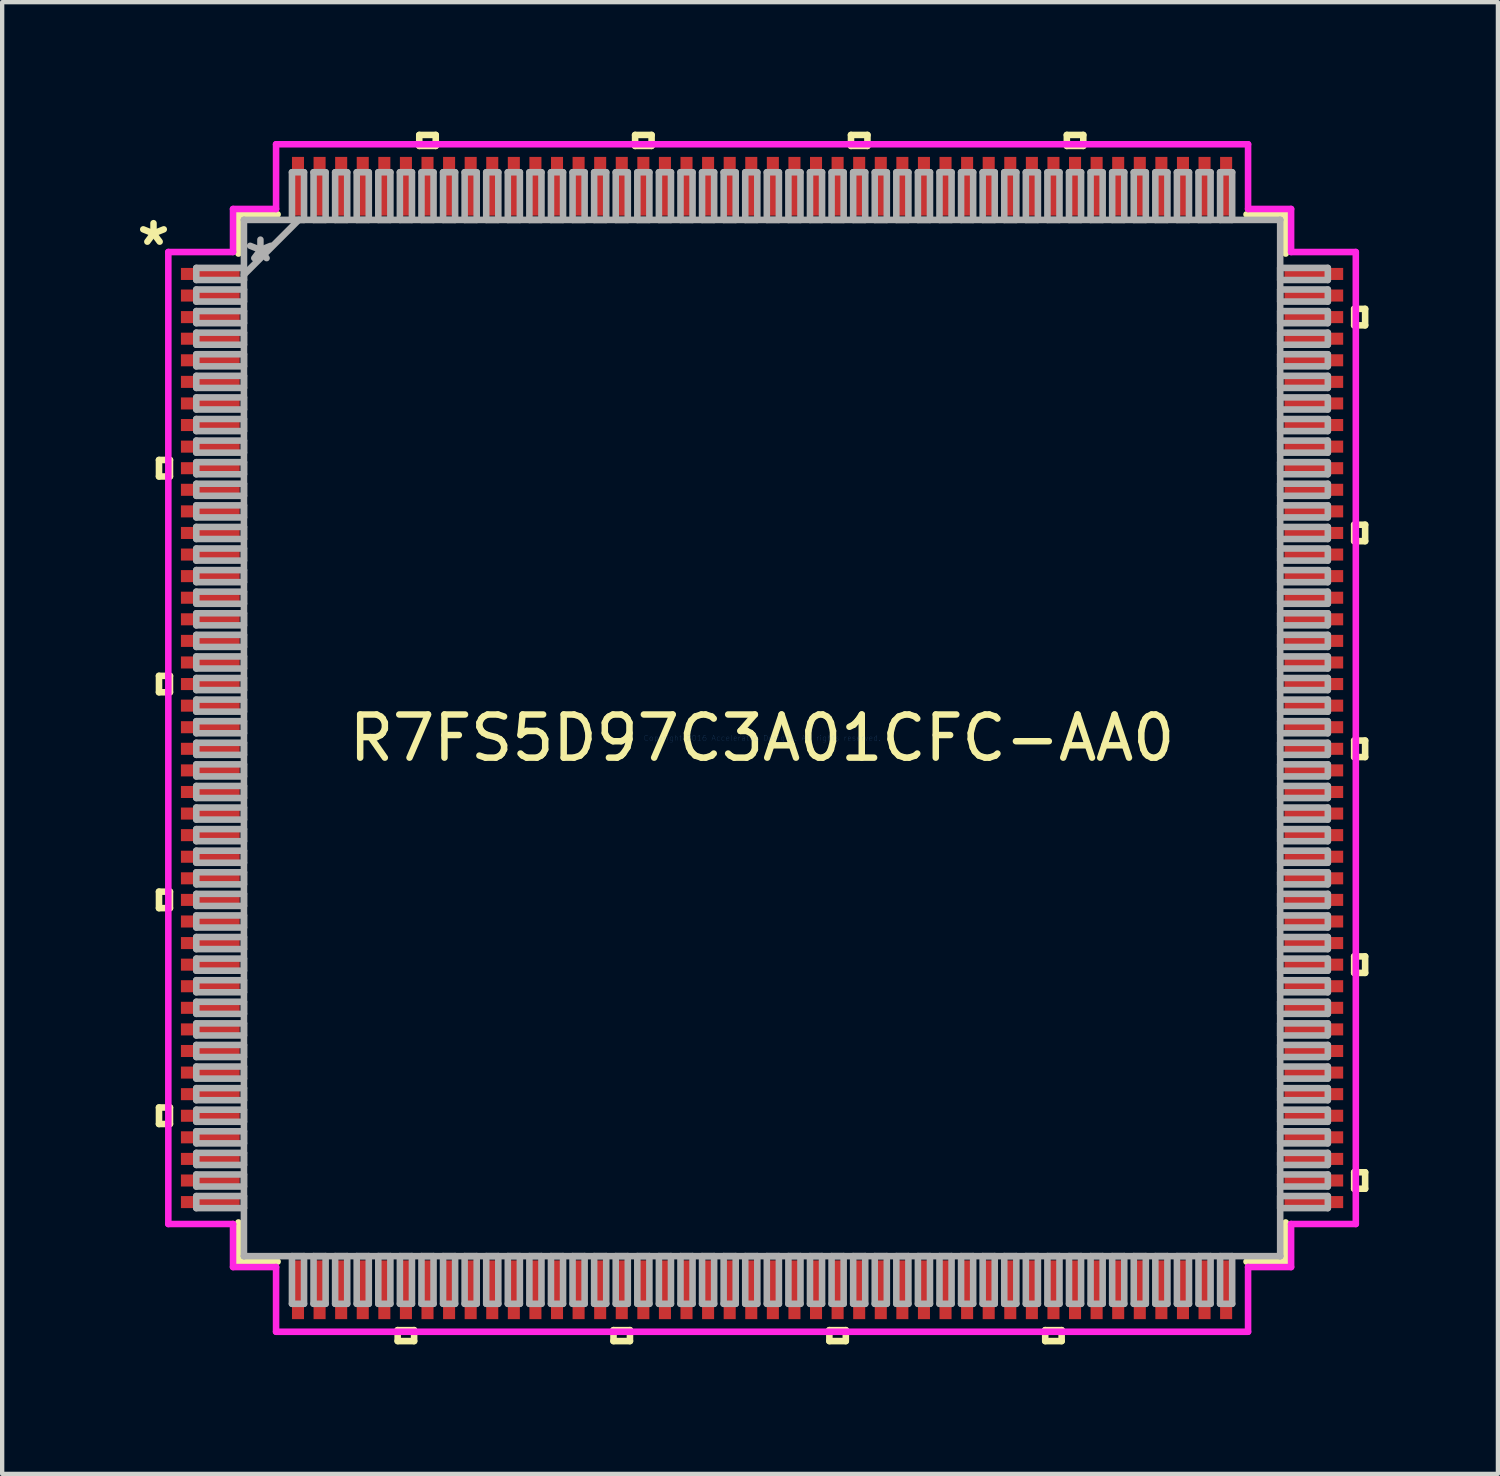
<source format=kicad_pcb>
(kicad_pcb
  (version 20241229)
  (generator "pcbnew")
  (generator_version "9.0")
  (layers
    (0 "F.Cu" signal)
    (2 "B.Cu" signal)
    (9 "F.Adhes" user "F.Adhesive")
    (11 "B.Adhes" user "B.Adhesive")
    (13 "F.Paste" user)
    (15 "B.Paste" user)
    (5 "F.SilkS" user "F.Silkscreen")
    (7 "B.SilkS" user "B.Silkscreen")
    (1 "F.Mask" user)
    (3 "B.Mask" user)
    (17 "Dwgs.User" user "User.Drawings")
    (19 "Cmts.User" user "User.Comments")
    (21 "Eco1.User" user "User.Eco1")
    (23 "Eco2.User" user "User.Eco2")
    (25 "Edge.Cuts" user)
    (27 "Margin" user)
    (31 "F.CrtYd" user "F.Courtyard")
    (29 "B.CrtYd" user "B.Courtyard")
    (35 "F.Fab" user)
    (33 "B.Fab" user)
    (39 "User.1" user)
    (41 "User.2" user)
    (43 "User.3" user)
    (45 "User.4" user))
  (footprint "R7FS5D97C3A01CFC-AA0"
    (layer "F.Cu")
    (at 14.603 14.046)
    (property "Reference" "R7FS5D97C3A01CFC-AA0" (at 0 0 0) (layer "F.SilkS") (effects (font (size 1 1) (thickness 0.15))))
    (attr through_hole)
    (fp_line (start -13.97 -6.441) (end -13.97 -6.059) (stroke (width 0.152) (type solid)) (layer "F.SilkS"))
    (fp_line (start -13.97 -6.059) (end -13.716 -6.059) (stroke (width 0.152) (type solid)) (layer "F.SilkS"))
    (fp_line (start -13.97 -1.44) (end -13.97 -1.06) (stroke (width 0.152) (type solid)) (layer "F.SilkS"))
    (fp_line (start -13.97 -1.06) (end -13.716 -1.06) (stroke (width 0.152) (type solid)) (layer "F.SilkS"))
    (fp_line (start -13.97 3.559) (end -13.97 3.941) (stroke (width 0.152) (type solid)) (layer "F.SilkS"))
    (fp_line (start -13.97 3.941) (end -13.716 3.941) (stroke (width 0.152) (type solid)) (layer "F.SilkS"))
    (fp_line (start -13.97 8.559) (end -13.97 8.941) (stroke (width 0.152) (type solid)) (layer "F.SilkS"))
    (fp_line (start -13.97 8.941) (end -13.716 8.941) (stroke (width 0.152) (type solid)) (layer "F.SilkS"))
    (fp_line (start -13.716 -6.441) (end -13.97 -6.441) (stroke (width 0.152) (type solid)) (layer "F.SilkS"))
    (fp_line (start -13.716 -6.059) (end -13.716 -6.441) (stroke (width 0.152) (type solid)) (layer "F.SilkS"))
    (fp_line (start -13.716 -1.44) (end -13.97 -1.44) (stroke (width 0.152) (type solid)) (layer "F.SilkS"))
    (fp_line (start -13.716 -1.06) (end -13.716 -1.44) (stroke (width 0.152) (type solid)) (layer "F.SilkS"))
    (fp_line (start -13.716 3.559) (end -13.97 3.559) (stroke (width 0.152) (type solid)) (layer "F.SilkS"))
    (fp_line (start -13.716 3.941) (end -13.716 3.559) (stroke (width 0.152) (type solid)) (layer "F.SilkS"))
    (fp_line (start -13.716 8.559) (end -13.97 8.559) (stroke (width 0.152) (type solid)) (layer "F.SilkS"))
    (fp_line (start -13.716 8.941) (end -13.716 8.559) (stroke (width 0.152) (type solid)) (layer "F.SilkS"))
    (fp_line (start -12.129 -12.129) (end -12.129 -11.222) (stroke (width 0.152) (type solid)) (layer "F.SilkS"))
    (fp_line (start -12.129 11.222) (end -12.129 12.129) (stroke (width 0.152) (type solid)) (layer "F.SilkS"))
    (fp_line (start -12.129 12.129) (end -11.222 12.129) (stroke (width 0.152) (type solid)) (layer "F.SilkS"))
    (fp_line (start -11.222 -12.129) (end -12.129 -12.129) (stroke (width 0.152) (type solid)) (layer "F.SilkS"))
    (fp_line (start -8.441 13.716) (end -8.441 13.97) (stroke (width 0.152) (type solid)) (layer "F.SilkS"))
    (fp_line (start -8.441 13.97) (end -8.06 13.97) (stroke (width 0.152) (type solid)) (layer "F.SilkS"))
    (fp_line (start -8.06 13.716) (end -8.441 13.716) (stroke (width 0.152) (type solid)) (layer "F.SilkS"))
    (fp_line (start -8.06 13.97) (end -8.06 13.716) (stroke (width 0.152) (type solid)) (layer "F.SilkS"))
    (fp_line (start -7.941 -13.97) (end -7.559 -13.97) (stroke (width 0.152) (type solid)) (layer "F.SilkS"))
    (fp_line (start -7.941 -13.716) (end -7.941 -13.97) (stroke (width 0.152) (type solid)) (layer "F.SilkS"))
    (fp_line (start -7.559 -13.97) (end -7.559 -13.716) (stroke (width 0.152) (type solid)) (layer "F.SilkS"))
    (fp_line (start -7.559 -13.716) (end -7.941 -13.716) (stroke (width 0.152) (type solid)) (layer "F.SilkS"))
    (fp_line (start -3.441 13.716) (end -3.441 13.97) (stroke (width 0.152) (type solid)) (layer "F.SilkS"))
    (fp_line (start -3.441 13.97) (end -3.06 13.97) (stroke (width 0.152) (type solid)) (layer "F.SilkS"))
    (fp_line (start -3.06 13.716) (end -3.441 13.716) (stroke (width 0.152) (type solid)) (layer "F.SilkS"))
    (fp_line (start -3.06 13.97) (end -3.06 13.716) (stroke (width 0.152) (type solid)) (layer "F.SilkS"))
    (fp_line (start -2.941 -13.97) (end -2.559 -13.97) (stroke (width 0.152) (type solid)) (layer "F.SilkS"))
    (fp_line (start -2.941 -13.716) (end -2.941 -13.97) (stroke (width 0.152) (type solid)) (layer "F.SilkS"))
    (fp_line (start -2.559 -13.97) (end -2.559 -13.716) (stroke (width 0.152) (type solid)) (layer "F.SilkS"))
    (fp_line (start -2.559 -13.716) (end -2.941 -13.716) (stroke (width 0.152) (type solid)) (layer "F.SilkS"))
    (fp_line (start 1.559 13.716) (end 1.559 13.97) (stroke (width 0.152) (type solid)) (layer "F.SilkS"))
    (fp_line (start 1.559 13.97) (end 1.94 13.97) (stroke (width 0.152) (type solid)) (layer "F.SilkS"))
    (fp_line (start 1.94 13.716) (end 1.559 13.716) (stroke (width 0.152) (type solid)) (layer "F.SilkS"))
    (fp_line (start 1.94 13.97) (end 1.94 13.716) (stroke (width 0.152) (type solid)) (layer "F.SilkS"))
    (fp_line (start 2.06 -13.97) (end 2.441 -13.97) (stroke (width 0.152) (type solid)) (layer "F.SilkS"))
    (fp_line (start 2.06 -13.716) (end 2.06 -13.97) (stroke (width 0.152) (type solid)) (layer "F.SilkS"))
    (fp_line (start 2.441 -13.97) (end 2.441 -13.716) (stroke (width 0.152) (type solid)) (layer "F.SilkS"))
    (fp_line (start 2.441 -13.716) (end 2.06 -13.716) (stroke (width 0.152) (type solid)) (layer "F.SilkS"))
    (fp_line (start 6.559 13.716) (end 6.559 13.97) (stroke (width 0.152) (type solid)) (layer "F.SilkS"))
    (fp_line (start 6.559 13.97) (end 6.94 13.97) (stroke (width 0.152) (type solid)) (layer "F.SilkS"))
    (fp_line (start 6.94 13.716) (end 6.559 13.716) (stroke (width 0.152) (type solid)) (layer "F.SilkS"))
    (fp_line (start 6.94 13.97) (end 6.94 13.716) (stroke (width 0.152) (type solid)) (layer "F.SilkS"))
    (fp_line (start 7.06 -13.97) (end 7.441 -13.97) (stroke (width 0.152) (type solid)) (layer "F.SilkS"))
    (fp_line (start 7.06 -13.716) (end 7.06 -13.97) (stroke (width 0.152) (type solid)) (layer "F.SilkS"))
    (fp_line (start 7.441 -13.97) (end 7.441 -13.716) (stroke (width 0.152) (type solid)) (layer "F.SilkS"))
    (fp_line (start 7.441 -13.716) (end 7.06 -13.716) (stroke (width 0.152) (type solid)) (layer "F.SilkS"))
    (fp_line (start 11.222 12.129) (end 12.129 12.129) (stroke (width 0.152) (type solid)) (layer "F.SilkS"))
    (fp_line (start 12.129 -12.129) (end 11.222 -12.129) (stroke (width 0.152) (type solid)) (layer "F.SilkS"))
    (fp_line (start 12.129 -11.222) (end 12.129 -12.129) (stroke (width 0.152) (type solid)) (layer "F.SilkS"))
    (fp_line (start 12.129 12.129) (end 12.129 11.222) (stroke (width 0.152) (type solid)) (layer "F.SilkS"))
    (fp_line (start 13.716 -9.941) (end 13.97 -9.941) (stroke (width 0.152) (type solid)) (layer "F.SilkS"))
    (fp_line (start 13.716 -9.56) (end 13.716 -9.941) (stroke (width 0.152) (type solid)) (layer "F.SilkS"))
    (fp_line (start 13.716 -4.941) (end 13.97 -4.941) (stroke (width 0.152) (type solid)) (layer "F.SilkS"))
    (fp_line (start 13.716 -4.56) (end 13.716 -4.941) (stroke (width 0.152) (type solid)) (layer "F.SilkS"))
    (fp_line (start 13.716 0.059) (end 13.97 0.059) (stroke (width 0.152) (type solid)) (layer "F.SilkS"))
    (fp_line (start 13.716 0.441) (end 13.716 0.059) (stroke (width 0.152) (type solid)) (layer "F.SilkS"))
    (fp_line (start 13.716 5.059) (end 13.97 5.059) (stroke (width 0.152) (type solid)) (layer "F.SilkS"))
    (fp_line (start 13.716 5.441) (end 13.716 5.059) (stroke (width 0.152) (type solid)) (layer "F.SilkS"))
    (fp_line (start 13.716 10.059) (end 13.97 10.059) (stroke (width 0.152) (type solid)) (layer "F.SilkS"))
    (fp_line (start 13.716 10.441) (end 13.716 10.059) (stroke (width 0.152) (type solid)) (layer "F.SilkS"))
    (fp_line (start 13.97 -9.941) (end 13.97 -9.56) (stroke (width 0.152) (type solid)) (layer "F.SilkS"))
    (fp_line (start 13.97 -9.56) (end 13.716 -9.56) (stroke (width 0.152) (type solid)) (layer "F.SilkS"))
    (fp_line (start 13.97 -4.941) (end 13.97 -4.56) (stroke (width 0.152) (type solid)) (layer "F.SilkS"))
    (fp_line (start 13.97 -4.56) (end 13.716 -4.56) (stroke (width 0.152) (type solid)) (layer "F.SilkS"))
    (fp_line (start 13.97 0.059) (end 13.97 0.441) (stroke (width 0.152) (type solid)) (layer "F.SilkS"))
    (fp_line (start 13.97 0.441) (end 13.716 0.441) (stroke (width 0.152) (type solid)) (layer "F.SilkS"))
    (fp_line (start 13.97 5.059) (end 13.97 5.441) (stroke (width 0.152) (type solid)) (layer "F.SilkS"))
    (fp_line (start 13.97 5.441) (end 13.716 5.441) (stroke (width 0.152) (type solid)) (layer "F.SilkS"))
    (fp_line (start 13.97 10.059) (end 13.97 10.441) (stroke (width 0.152) (type solid)) (layer "F.SilkS"))
    (fp_line (start 13.97 10.441) (end 13.716 10.441) (stroke (width 0.152) (type solid)) (layer "F.SilkS"))
    (fp_line (start -13.754 -11.258) (end -12.255 -11.258) (stroke (width 0.152) (type solid)) (layer "F.CrtYd"))
    (fp_line (start -13.754 11.258) (end -13.754 -11.258) (stroke (width 0.152) (type solid)) (layer "F.CrtYd"))
    (fp_line (start -12.255 -12.255) (end -11.258 -12.255) (stroke (width 0.152) (type solid)) (layer "F.CrtYd"))
    (fp_line (start -12.255 -11.258) (end -12.255 -12.255) (stroke (width 0.152) (type solid)) (layer "F.CrtYd"))
    (fp_line (start -12.255 11.258) (end -13.754 11.258) (stroke (width 0.152) (type solid)) (layer "F.CrtYd"))
    (fp_line (start -12.255 12.255) (end -12.255 11.258) (stroke (width 0.152) (type solid)) (layer "F.CrtYd"))
    (fp_line (start -11.258 -13.754) (end 11.258 -13.754) (stroke (width 0.152) (type solid)) (layer "F.CrtYd"))
    (fp_line (start -11.258 -12.255) (end -11.258 -13.754) (stroke (width 0.152) (type solid)) (layer "F.CrtYd"))
    (fp_line (start -11.258 12.255) (end -12.255 12.255) (stroke (width 0.152) (type solid)) (layer "F.CrtYd"))
    (fp_line (start -11.258 13.754) (end -11.258 12.255) (stroke (width 0.152) (type solid)) (layer "F.CrtYd"))
    (fp_line (start 11.258 -13.754) (end 11.258 -12.255) (stroke (width 0.152) (type solid)) (layer "F.CrtYd"))
    (fp_line (start 11.258 -12.255) (end 12.255 -12.255) (stroke (width 0.152) (type solid)) (layer "F.CrtYd"))
    (fp_line (start 11.258 12.255) (end 11.258 13.754) (stroke (width 0.152) (type solid)) (layer "F.CrtYd"))
    (fp_line (start 11.258 13.754) (end -11.258 13.754) (stroke (width 0.152) (type solid)) (layer "F.CrtYd"))
    (fp_line (start 12.255 -12.255) (end 12.255 -11.258) (stroke (width 0.152) (type solid)) (layer "F.CrtYd"))
    (fp_line (start 12.255 -11.258) (end 13.754 -11.258) (stroke (width 0.152) (type solid)) (layer "F.CrtYd"))
    (fp_line (start 12.255 11.258) (end 12.255 12.255) (stroke (width 0.152) (type solid)) (layer "F.CrtYd"))
    (fp_line (start 12.255 12.255) (end 11.258 12.255) (stroke (width 0.152) (type solid)) (layer "F.CrtYd"))
    (fp_line (start 13.754 -11.258) (end 13.754 11.258) (stroke (width 0.152) (type solid)) (layer "F.CrtYd"))
    (fp_line (start 13.754 11.258) (end 12.255 11.258) (stroke (width 0.152) (type solid)) (layer "F.CrtYd"))
    (fp_line (start -13.106 -10.89) (end -13.106 -10.61) (stroke (width 0.152) (type solid)) (layer "F.Fab"))
    (fp_line (start -13.106 -10.61) (end -12.002 -10.61) (stroke (width 0.152) (type solid)) (layer "F.Fab"))
    (fp_line (start -13.106 -10.39) (end -13.106 -10.11) (stroke (width 0.152) (type solid)) (layer "F.Fab"))
    (fp_line (start -13.106 -10.11) (end -12.002 -10.11) (stroke (width 0.152) (type solid)) (layer "F.Fab"))
    (fp_line (start -13.106 -9.89) (end -13.106 -9.61) (stroke (width 0.152) (type solid)) (layer "F.Fab"))
    (fp_line (start -13.106 -9.61) (end -12.002 -9.61) (stroke (width 0.152) (type solid)) (layer "F.Fab"))
    (fp_line (start -13.106 -9.39) (end -13.106 -9.11) (stroke (width 0.152) (type solid)) (layer "F.Fab"))
    (fp_line (start -13.106 -9.11) (end -12.002 -9.11) (stroke (width 0.152) (type solid)) (layer "F.Fab"))
    (fp_line (start -13.106 -8.89) (end -13.106 -8.61) (stroke (width 0.152) (type solid)) (layer "F.Fab"))
    (fp_line (start -13.106 -8.61) (end -12.002 -8.61) (stroke (width 0.152) (type solid)) (layer "F.Fab"))
    (fp_line (start -13.106 -8.39) (end -13.106 -8.11) (stroke (width 0.152) (type solid)) (layer "F.Fab"))
    (fp_line (start -13.106 -8.11) (end -12.002 -8.11) (stroke (width 0.152) (type solid)) (layer "F.Fab"))
    (fp_line (start -13.106 -7.89) (end -13.106 -7.61) (stroke (width 0.152) (type solid)) (layer "F.Fab"))
    (fp_line (start -13.106 -7.61) (end -12.002 -7.61) (stroke (width 0.152) (type solid)) (layer "F.Fab"))
    (fp_line (start -13.106 -7.39) (end -13.106 -7.11) (stroke (width 0.152) (type solid)) (layer "F.Fab"))
    (fp_line (start -13.106 -7.11) (end -12.002 -7.11) (stroke (width 0.152) (type solid)) (layer "F.Fab"))
    (fp_line (start -13.106 -6.89) (end -13.106 -6.61) (stroke (width 0.152) (type solid)) (layer "F.Fab"))
    (fp_line (start -13.106 -6.61) (end -12.002 -6.61) (stroke (width 0.152) (type solid)) (layer "F.Fab"))
    (fp_line (start -13.106 -6.39) (end -13.106 -6.11) (stroke (width 0.152) (type solid)) (layer "F.Fab"))
    (fp_line (start -13.106 -6.11) (end -12.002 -6.11) (stroke (width 0.152) (type solid)) (layer "F.Fab"))
    (fp_line (start -13.106 -5.89) (end -13.106 -5.61) (stroke (width 0.152) (type solid)) (layer "F.Fab"))
    (fp_line (start -13.106 -5.61) (end -12.002 -5.61) (stroke (width 0.152) (type solid)) (layer "F.Fab"))
    (fp_line (start -13.106 -5.39) (end -13.106 -5.11) (stroke (width 0.152) (type solid)) (layer "F.Fab"))
    (fp_line (start -13.106 -5.11) (end -12.002 -5.11) (stroke (width 0.152) (type solid)) (layer "F.Fab"))
    (fp_line (start -13.106 -4.89) (end -13.106 -4.61) (stroke (width 0.152) (type solid)) (layer "F.Fab"))
    (fp_line (start -13.106 -4.61) (end -12.002 -4.61) (stroke (width 0.152) (type solid)) (layer "F.Fab"))
    (fp_line (start -13.106 -4.39) (end -13.106 -4.11) (stroke (width 0.152) (type solid)) (layer "F.Fab"))
    (fp_line (start -13.106 -4.11) (end -12.002 -4.11) (stroke (width 0.152) (type solid)) (layer "F.Fab"))
    (fp_line (start -13.106 -3.89) (end -13.106 -3.61) (stroke (width 0.152) (type solid)) (layer "F.Fab"))
    (fp_line (start -13.106 -3.61) (end -12.002 -3.61) (stroke (width 0.152) (type solid)) (layer "F.Fab"))
    (fp_line (start -13.106 -3.39) (end -13.106 -3.11) (stroke (width 0.152) (type solid)) (layer "F.Fab"))
    (fp_line (start -13.106 -3.11) (end -12.002 -3.11) (stroke (width 0.152) (type solid)) (layer "F.Fab"))
    (fp_line (start -13.106 -2.89) (end -13.106 -2.61) (stroke (width 0.152) (type solid)) (layer "F.Fab"))
    (fp_line (start -13.106 -2.61) (end -12.002 -2.61) (stroke (width 0.152) (type solid)) (layer "F.Fab"))
    (fp_line (start -13.106 -2.39) (end -13.106 -2.11) (stroke (width 0.152) (type solid)) (layer "F.Fab"))
    (fp_line (start -13.106 -2.11) (end -12.002 -2.11) (stroke (width 0.152) (type solid)) (layer "F.Fab"))
    (fp_line (start -13.106 -1.89) (end -13.106 -1.61) (stroke (width 0.152) (type solid)) (layer "F.Fab"))
    (fp_line (start -13.106 -1.61) (end -12.002 -1.61) (stroke (width 0.152) (type solid)) (layer "F.Fab"))
    (fp_line (start -13.106 -1.39) (end -13.106 -1.11) (stroke (width 0.152) (type solid)) (layer "F.Fab"))
    (fp_line (start -13.106 -1.11) (end -12.002 -1.11) (stroke (width 0.152) (type solid)) (layer "F.Fab"))
    (fp_line (start -13.106 -0.89) (end -13.106 -0.61) (stroke (width 0.152) (type solid)) (layer "F.Fab"))
    (fp_line (start -13.106 -0.61) (end -12.002 -0.61) (stroke (width 0.152) (type solid)) (layer "F.Fab"))
    (fp_line (start -13.106 -0.39) (end -13.106 -0.11) (stroke (width 0.152) (type solid)) (layer "F.Fab"))
    (fp_line (start -13.106 -0.11) (end -12.002 -0.11) (stroke (width 0.152) (type solid)) (layer "F.Fab"))
    (fp_line (start -13.106 0.11) (end -13.106 0.39) (stroke (width 0.152) (type solid)) (layer "F.Fab"))
    (fp_line (start -13.106 0.39) (end -12.002 0.39) (stroke (width 0.152) (type solid)) (layer "F.Fab"))
    (fp_line (start -13.106 0.61) (end -13.106 0.89) (stroke (width 0.152) (type solid)) (layer "F.Fab"))
    (fp_line (start -13.106 0.89) (end -12.002 0.89) (stroke (width 0.152) (type solid)) (layer "F.Fab"))
    (fp_line (start -13.106 1.11) (end -13.106 1.39) (stroke (width 0.152) (type solid)) (layer "F.Fab"))
    (fp_line (start -13.106 1.39) (end -12.002 1.39) (stroke (width 0.152) (type solid)) (layer "F.Fab"))
    (fp_line (start -13.106 1.61) (end -13.106 1.89) (stroke (width 0.152) (type solid)) (layer "F.Fab"))
    (fp_line (start -13.106 1.89) (end -12.002 1.89) (stroke (width 0.152) (type solid)) (layer "F.Fab"))
    (fp_line (start -13.106 2.11) (end -13.106 2.39) (stroke (width 0.152) (type solid)) (layer "F.Fab"))
    (fp_line (start -13.106 2.39) (end -12.002 2.39) (stroke (width 0.152) (type solid)) (layer "F.Fab"))
    (fp_line (start -13.106 2.61) (end -13.106 2.89) (stroke (width 0.152) (type solid)) (layer "F.Fab"))
    (fp_line (start -13.106 2.89) (end -12.002 2.89) (stroke (width 0.152) (type solid)) (layer "F.Fab"))
    (fp_line (start -13.106 3.11) (end -13.106 3.39) (stroke (width 0.152) (type solid)) (layer "F.Fab"))
    (fp_line (start -13.106 3.39) (end -12.002 3.39) (stroke (width 0.152) (type solid)) (layer "F.Fab"))
    (fp_line (start -13.106 3.61) (end -13.106 3.89) (stroke (width 0.152) (type solid)) (layer "F.Fab"))
    (fp_line (start -13.106 3.89) (end -12.002 3.89) (stroke (width 0.152) (type solid)) (layer "F.Fab"))
    (fp_line (start -13.106 4.11) (end -13.106 4.39) (stroke (width 0.152) (type solid)) (layer "F.Fab"))
    (fp_line (start -13.106 4.39) (end -12.002 4.39) (stroke (width 0.152) (type solid)) (layer "F.Fab"))
    (fp_line (start -13.106 4.61) (end -13.106 4.89) (stroke (width 0.152) (type solid)) (layer "F.Fab"))
    (fp_line (start -13.106 4.89) (end -12.002 4.89) (stroke (width 0.152) (type solid)) (layer "F.Fab"))
    (fp_line (start -13.106 5.11) (end -13.106 5.39) (stroke (width 0.152) (type solid)) (layer "F.Fab"))
    (fp_line (start -13.106 5.39) (end -12.002 5.39) (stroke (width 0.152) (type solid)) (layer "F.Fab"))
    (fp_line (start -13.106 5.61) (end -13.106 5.89) (stroke (width 0.152) (type solid)) (layer "F.Fab"))
    (fp_line (start -13.106 5.89) (end -12.002 5.89) (stroke (width 0.152) (type solid)) (layer "F.Fab"))
    (fp_line (start -13.106 6.11) (end -13.106 6.39) (stroke (width 0.152) (type solid)) (layer "F.Fab"))
    (fp_line (start -13.106 6.39) (end -12.002 6.39) (stroke (width 0.152) (type solid)) (layer "F.Fab"))
    (fp_line (start -13.106 6.61) (end -13.106 6.89) (stroke (width 0.152) (type solid)) (layer "F.Fab"))
    (fp_line (start -13.106 6.89) (end -12.002 6.89) (stroke (width 0.152) (type solid)) (layer "F.Fab"))
    (fp_line (start -13.106 7.11) (end -13.106 7.39) (stroke (width 0.152) (type solid)) (layer "F.Fab"))
    (fp_line (start -13.106 7.39) (end -12.002 7.39) (stroke (width 0.152) (type solid)) (layer "F.Fab"))
    (fp_line (start -13.106 7.61) (end -13.106 7.89) (stroke (width 0.152) (type solid)) (layer "F.Fab"))
    (fp_line (start -13.106 7.89) (end -12.002 7.89) (stroke (width 0.152) (type solid)) (layer "F.Fab"))
    (fp_line (start -13.106 8.11) (end -13.106 8.39) (stroke (width 0.152) (type solid)) (layer "F.Fab"))
    (fp_line (start -13.106 8.39) (end -12.002 8.39) (stroke (width 0.152) (type solid)) (layer "F.Fab"))
    (fp_line (start -13.106 8.61) (end -13.106 8.89) (stroke (width 0.152) (type solid)) (layer "F.Fab"))
    (fp_line (start -13.106 8.89) (end -12.002 8.89) (stroke (width 0.152) (type solid)) (layer "F.Fab"))
    (fp_line (start -13.106 9.11) (end -13.106 9.39) (stroke (width 0.152) (type solid)) (layer "F.Fab"))
    (fp_line (start -13.106 9.39) (end -12.002 9.39) (stroke (width 0.152) (type solid)) (layer "F.Fab"))
    (fp_line (start -13.106 9.61) (end -13.106 9.89) (stroke (width 0.152) (type solid)) (layer "F.Fab"))
    (fp_line (start -13.106 9.89) (end -12.002 9.89) (stroke (width 0.152) (type solid)) (layer "F.Fab"))
    (fp_line (start -13.106 10.11) (end -13.106 10.39) (stroke (width 0.152) (type solid)) (layer "F.Fab"))
    (fp_line (start -13.106 10.39) (end -12.002 10.39) (stroke (width 0.152) (type solid)) (layer "F.Fab"))
    (fp_line (start -13.106 10.61) (end -13.106 10.89) (stroke (width 0.152) (type solid)) (layer "F.Fab"))
    (fp_line (start -13.106 10.89) (end -12.002 10.89) (stroke (width 0.152) (type solid)) (layer "F.Fab"))
    (fp_line (start -12.002 -12.002) (end -12.002 -12.002) (stroke (width 0.152) (type solid)) (layer "F.Fab"))
    (fp_line (start -12.002 -12.002) (end -12.002 12.002) (stroke (width 0.152) (type solid)) (layer "F.Fab"))
    (fp_line (start -12.002 -10.89) (end -13.106 -10.89) (stroke (width 0.152) (type solid)) (layer "F.Fab"))
    (fp_line (start -12.002 -10.732) (end -10.732 -12.002) (stroke (width 0.152) (type solid)) (layer "F.Fab"))
    (fp_line (start -12.002 -10.61) (end -12.002 -10.89) (stroke (width 0.152) (type solid)) (layer "F.Fab"))
    (fp_line (start -12.002 -10.39) (end -13.106 -10.39) (stroke (width 0.152) (type solid)) (layer "F.Fab"))
    (fp_line (start -12.002 -10.11) (end -12.002 -10.39) (stroke (width 0.152) (type solid)) (layer "F.Fab"))
    (fp_line (start -12.002 -9.89) (end -13.106 -9.89) (stroke (width 0.152) (type solid)) (layer "F.Fab"))
    (fp_line (start -12.002 -9.61) (end -12.002 -9.89) (stroke (width 0.152) (type solid)) (layer "F.Fab"))
    (fp_line (start -12.002 -9.39) (end -13.106 -9.39) (stroke (width 0.152) (type solid)) (layer "F.Fab"))
    (fp_line (start -12.002 -9.11) (end -12.002 -9.39) (stroke (width 0.152) (type solid)) (layer "F.Fab"))
    (fp_line (start -12.002 -8.89) (end -13.106 -8.89) (stroke (width 0.152) (type solid)) (layer "F.Fab"))
    (fp_line (start -12.002 -8.61) (end -12.002 -8.89) (stroke (width 0.152) (type solid)) (layer "F.Fab"))
    (fp_line (start -12.002 -8.39) (end -13.106 -8.39) (stroke (width 0.152) (type solid)) (layer "F.Fab"))
    (fp_line (start -12.002 -8.11) (end -12.002 -8.39) (stroke (width 0.152) (type solid)) (layer "F.Fab"))
    (fp_line (start -12.002 -7.89) (end -13.106 -7.89) (stroke (width 0.152) (type solid)) (layer "F.Fab"))
    (fp_line (start -12.002 -7.61) (end -12.002 -7.89) (stroke (width 0.152) (type solid)) (layer "F.Fab"))
    (fp_line (start -12.002 -7.39) (end -13.106 -7.39) (stroke (width 0.152) (type solid)) (layer "F.Fab"))
    (fp_line (start -12.002 -7.11) (end -12.002 -7.39) (stroke (width 0.152) (type solid)) (layer "F.Fab"))
    (fp_line (start -12.002 -6.89) (end -13.106 -6.89) (stroke (width 0.152) (type solid)) (layer "F.Fab"))
    (fp_line (start -12.002 -6.61) (end -12.002 -6.89) (stroke (width 0.152) (type solid)) (layer "F.Fab"))
    (fp_line (start -12.002 -6.39) (end -13.106 -6.39) (stroke (width 0.152) (type solid)) (layer "F.Fab"))
    (fp_line (start -12.002 -6.11) (end -12.002 -6.39) (stroke (width 0.152) (type solid)) (layer "F.Fab"))
    (fp_line (start -12.002 -5.89) (end -13.106 -5.89) (stroke (width 0.152) (type solid)) (layer "F.Fab"))
    (fp_line (start -12.002 -5.61) (end -12.002 -5.89) (stroke (width 0.152) (type solid)) (layer "F.Fab"))
    (fp_line (start -12.002 -5.39) (end -13.106 -5.39) (stroke (width 0.152) (type solid)) (layer "F.Fab"))
    (fp_line (start -12.002 -5.11) (end -12.002 -5.39) (stroke (width 0.152) (type solid)) (layer "F.Fab"))
    (fp_line (start -12.002 -4.89) (end -13.106 -4.89) (stroke (width 0.152) (type solid)) (layer "F.Fab"))
    (fp_line (start -12.002 -4.61) (end -12.002 -4.89) (stroke (width 0.152) (type solid)) (layer "F.Fab"))
    (fp_line (start -12.002 -4.39) (end -13.106 -4.39) (stroke (width 0.152) (type solid)) (layer "F.Fab"))
    (fp_line (start -12.002 -4.11) (end -12.002 -4.39) (stroke (width 0.152) (type solid)) (layer "F.Fab"))
    (fp_line (start -12.002 -3.89) (end -13.106 -3.89) (stroke (width 0.152) (type solid)) (layer "F.Fab"))
    (fp_line (start -12.002 -3.61) (end -12.002 -3.89) (stroke (width 0.152) (type solid)) (layer "F.Fab"))
    (fp_line (start -12.002 -3.39) (end -13.106 -3.39) (stroke (width 0.152) (type solid)) (layer "F.Fab"))
    (fp_line (start -12.002 -3.11) (end -12.002 -3.39) (stroke (width 0.152) (type solid)) (layer "F.Fab"))
    (fp_line (start -12.002 -2.89) (end -13.106 -2.89) (stroke (width 0.152) (type solid)) (layer "F.Fab"))
    (fp_line (start -12.002 -2.61) (end -12.002 -2.89) (stroke (width 0.152) (type solid)) (layer "F.Fab"))
    (fp_line (start -12.002 -2.39) (end -13.106 -2.39) (stroke (width 0.152) (type solid)) (layer "F.Fab"))
    (fp_line (start -12.002 -2.11) (end -12.002 -2.39) (stroke (width 0.152) (type solid)) (layer "F.Fab"))
    (fp_line (start -12.002 -1.89) (end -13.106 -1.89) (stroke (width 0.152) (type solid)) (layer "F.Fab"))
    (fp_line (start -12.002 -1.61) (end -12.002 -1.89) (stroke (width 0.152) (type solid)) (layer "F.Fab"))
    (fp_line (start -12.002 -1.39) (end -13.106 -1.39) (stroke (width 0.152) (type solid)) (layer "F.Fab"))
    (fp_line (start -12.002 -1.11) (end -12.002 -1.39) (stroke (width 0.152) (type solid)) (layer "F.Fab"))
    (fp_line (start -12.002 -0.89) (end -13.106 -0.89) (stroke (width 0.152) (type solid)) (layer "F.Fab"))
    (fp_line (start -12.002 -0.61) (end -12.002 -0.89) (stroke (width 0.152) (type solid)) (layer "F.Fab"))
    (fp_line (start -12.002 -0.39) (end -13.106 -0.39) (stroke (width 0.152) (type solid)) (layer "F.Fab"))
    (fp_line (start -12.002 -0.11) (end -12.002 -0.39) (stroke (width 0.152) (type solid)) (layer "F.Fab"))
    (fp_line (start -12.002 0.11) (end -13.106 0.11) (stroke (width 0.152) (type solid)) (layer "F.Fab"))
    (fp_line (start -12.002 0.39) (end -12.002 0.11) (stroke (width 0.152) (type solid)) (layer "F.Fab"))
    (fp_line (start -12.002 0.61) (end -13.106 0.61) (stroke (width 0.152) (type solid)) (layer "F.Fab"))
    (fp_line (start -12.002 0.89) (end -12.002 0.61) (stroke (width 0.152) (type solid)) (layer "F.Fab"))
    (fp_line (start -12.002 1.11) (end -13.106 1.11) (stroke (width 0.152) (type solid)) (layer "F.Fab"))
    (fp_line (start -12.002 1.39) (end -12.002 1.11) (stroke (width 0.152) (type solid)) (layer "F.Fab"))
    (fp_line (start -12.002 1.61) (end -13.106 1.61) (stroke (width 0.152) (type solid)) (layer "F.Fab"))
    (fp_line (start -12.002 1.89) (end -12.002 1.61) (stroke (width 0.152) (type solid)) (layer "F.Fab"))
    (fp_line (start -12.002 2.11) (end -13.106 2.11) (stroke (width 0.152) (type solid)) (layer "F.Fab"))
    (fp_line (start -12.002 2.39) (end -12.002 2.11) (stroke (width 0.152) (type solid)) (layer "F.Fab"))
    (fp_line (start -12.002 2.61) (end -13.106 2.61) (stroke (width 0.152) (type solid)) (layer "F.Fab"))
    (fp_line (start -12.002 2.89) (end -12.002 2.61) (stroke (width 0.152) (type solid)) (layer "F.Fab"))
    (fp_line (start -12.002 3.11) (end -13.106 3.11) (stroke (width 0.152) (type solid)) (layer "F.Fab"))
    (fp_line (start -12.002 3.39) (end -12.002 3.11) (stroke (width 0.152) (type solid)) (layer "F.Fab"))
    (fp_line (start -12.002 3.61) (end -13.106 3.61) (stroke (width 0.152) (type solid)) (layer "F.Fab"))
    (fp_line (start -12.002 3.89) (end -12.002 3.61) (stroke (width 0.152) (type solid)) (layer "F.Fab"))
    (fp_line (start -12.002 4.11) (end -13.106 4.11) (stroke (width 0.152) (type solid)) (layer "F.Fab"))
    (fp_line (start -12.002 4.39) (end -12.002 4.11) (stroke (width 0.152) (type solid)) (layer "F.Fab"))
    (fp_line (start -12.002 4.61) (end -13.106 4.61) (stroke (width 0.152) (type solid)) (layer "F.Fab"))
    (fp_line (start -12.002 4.89) (end -12.002 4.61) (stroke (width 0.152) (type solid)) (layer "F.Fab"))
    (fp_line (start -12.002 5.11) (end -13.106 5.11) (stroke (width 0.152) (type solid)) (layer "F.Fab"))
    (fp_line (start -12.002 5.39) (end -12.002 5.11) (stroke (width 0.152) (type solid)) (layer "F.Fab"))
    (fp_line (start -12.002 5.61) (end -13.106 5.61) (stroke (width 0.152) (type solid)) (layer "F.Fab"))
    (fp_line (start -12.002 5.89) (end -12.002 5.61) (stroke (width 0.152) (type solid)) (layer "F.Fab"))
    (fp_line (start -12.002 6.11) (end -13.106 6.11) (stroke (width 0.152) (type solid)) (layer "F.Fab"))
    (fp_line (start -12.002 6.39) (end -12.002 6.11) (stroke (width 0.152) (type solid)) (layer "F.Fab"))
    (fp_line (start -12.002 6.61) (end -13.106 6.61) (stroke (width 0.152) (type solid)) (layer "F.Fab"))
    (fp_line (start -12.002 6.89) (end -12.002 6.61) (stroke (width 0.152) (type solid)) (layer "F.Fab"))
    (fp_line (start -12.002 7.11) (end -13.106 7.11) (stroke (width 0.152) (type solid)) (layer "F.Fab"))
    (fp_line (start -12.002 7.39) (end -12.002 7.11) (stroke (width 0.152) (type solid)) (layer "F.Fab"))
    (fp_line (start -12.002 7.61) (end -13.106 7.61) (stroke (width 0.152) (type solid)) (layer "F.Fab"))
    (fp_line (start -12.002 7.89) (end -12.002 7.61) (stroke (width 0.152) (type solid)) (layer "F.Fab"))
    (fp_line (start -12.002 8.11) (end -13.106 8.11) (stroke (width 0.152) (type solid)) (layer "F.Fab"))
    (fp_line (start -12.002 8.39) (end -12.002 8.11) (stroke (width 0.152) (type solid)) (layer "F.Fab"))
    (fp_line (start -12.002 8.61) (end -13.106 8.61) (stroke (width 0.152) (type solid)) (layer "F.Fab"))
    (fp_line (start -12.002 8.89) (end -12.002 8.61) (stroke (width 0.152) (type solid)) (layer "F.Fab"))
    (fp_line (start -12.002 9.11) (end -13.106 9.11) (stroke (width 0.152) (type solid)) (layer "F.Fab"))
    (fp_line (start -12.002 9.39) (end -12.002 9.11) (stroke (width 0.152) (type solid)) (layer "F.Fab"))
    (fp_line (start -12.002 9.61) (end -13.106 9.61) (stroke (width 0.152) (type solid)) (layer "F.Fab"))
    (fp_line (start -12.002 9.89) (end -12.002 9.61) (stroke (width 0.152) (type solid)) (layer "F.Fab"))
    (fp_line (start -12.002 10.11) (end -13.106 10.11) (stroke (width 0.152) (type solid)) (layer "F.Fab"))
    (fp_line (start -12.002 10.39) (end -12.002 10.11) (stroke (width 0.152) (type solid)) (layer "F.Fab"))
    (fp_line (start -12.002 10.61) (end -13.106 10.61) (stroke (width 0.152) (type solid)) (layer "F.Fab"))
    (fp_line (start -12.002 10.89) (end -12.002 10.61) (stroke (width 0.152) (type solid)) (layer "F.Fab"))
    (fp_line (start -12.002 12.002) (end -12.002 12.002) (stroke (width 0.152) (type solid)) (layer "F.Fab"))
    (fp_line (start -12.002 12.002) (end 12.002 12.002) (stroke (width 0.152) (type solid)) (layer "F.Fab"))
    (fp_line (start -10.89 -13.106) (end -10.89 -12.002) (stroke (width 0.152) (type solid)) (layer "F.Fab"))
    (fp_line (start -10.89 -12.002) (end -10.61 -12.002) (stroke (width 0.152) (type solid)) (layer "F.Fab"))
    (fp_line (start -10.89 12.002) (end -10.89 13.106) (stroke (width 0.152) (type solid)) (layer "F.Fab"))
    (fp_line (start -10.89 13.106) (end -10.61 13.106) (stroke (width 0.152) (type solid)) (layer "F.Fab"))
    (fp_line (start -10.61 -13.106) (end -10.89 -13.106) (stroke (width 0.152) (type solid)) (layer "F.Fab"))
    (fp_line (start -10.61 -12.002) (end -10.61 -13.106) (stroke (width 0.152) (type solid)) (layer "F.Fab"))
    (fp_line (start -10.61 12.002) (end -10.89 12.002) (stroke (width 0.152) (type solid)) (layer "F.Fab"))
    (fp_line (start -10.61 13.106) (end -10.61 12.002) (stroke (width 0.152) (type solid)) (layer "F.Fab"))
    (fp_line (start -10.39 -13.106) (end -10.39 -12.002) (stroke (width 0.152) (type solid)) (layer "F.Fab"))
    (fp_line (start -10.39 -12.002) (end -10.11 -12.002) (stroke (width 0.152) (type solid)) (layer "F.Fab"))
    (fp_line (start -10.39 12.002) (end -10.39 13.106) (stroke (width 0.152) (type solid)) (layer "F.Fab"))
    (fp_line (start -10.39 13.106) (end -10.11 13.106) (stroke (width 0.152) (type solid)) (layer "F.Fab"))
    (fp_line (start -10.11 -13.106) (end -10.39 -13.106) (stroke (width 0.152) (type solid)) (layer "F.Fab"))
    (fp_line (start -10.11 -12.002) (end -10.11 -13.106) (stroke (width 0.152) (type solid)) (layer "F.Fab"))
    (fp_line (start -10.11 12.002) (end -10.39 12.002) (stroke (width 0.152) (type solid)) (layer "F.Fab"))
    (fp_line (start -10.11 13.106) (end -10.11 12.002) (stroke (width 0.152) (type solid)) (layer "F.Fab"))
    (fp_line (start -9.89 -13.106) (end -9.89 -12.002) (stroke (width 0.152) (type solid)) (layer "F.Fab"))
    (fp_line (start -9.89 -12.002) (end -9.61 -12.002) (stroke (width 0.152) (type solid)) (layer "F.Fab"))
    (fp_line (start -9.89 12.002) (end -9.89 13.106) (stroke (width 0.152) (type solid)) (layer "F.Fab"))
    (fp_line (start -9.89 13.106) (end -9.61 13.106) (stroke (width 0.152) (type solid)) (layer "F.Fab"))
    (fp_line (start -9.61 -13.106) (end -9.89 -13.106) (stroke (width 0.152) (type solid)) (layer "F.Fab"))
    (fp_line (start -9.61 -12.002) (end -9.61 -13.106) (stroke (width 0.152) (type solid)) (layer "F.Fab"))
    (fp_line (start -9.61 12.002) (end -9.89 12.002) (stroke (width 0.152) (type solid)) (layer "F.Fab"))
    (fp_line (start -9.61 13.106) (end -9.61 12.002) (stroke (width 0.152) (type solid)) (layer "F.Fab"))
    (fp_line (start -9.39 -13.106) (end -9.39 -12.002) (stroke (width 0.152) (type solid)) (layer "F.Fab"))
    (fp_line (start -9.39 -12.002) (end -9.11 -12.002) (stroke (width 0.152) (type solid)) (layer "F.Fab"))
    (fp_line (start -9.39 12.002) (end -9.39 13.106) (stroke (width 0.152) (type solid)) (layer "F.Fab"))
    (fp_line (start -9.39 13.106) (end -9.11 13.106) (stroke (width 0.152) (type solid)) (layer "F.Fab"))
    (fp_line (start -9.11 -13.106) (end -9.39 -13.106) (stroke (width 0.152) (type solid)) (layer "F.Fab"))
    (fp_line (start -9.11 -12.002) (end -9.11 -13.106) (stroke (width 0.152) (type solid)) (layer "F.Fab"))
    (fp_line (start -9.11 12.002) (end -9.39 12.002) (stroke (width 0.152) (type solid)) (layer "F.Fab"))
    (fp_line (start -9.11 13.106) (end -9.11 12.002) (stroke (width 0.152) (type solid)) (layer "F.Fab"))
    (fp_line (start -8.89 -13.106) (end -8.89 -12.002) (stroke (width 0.152) (type solid)) (layer "F.Fab"))
    (fp_line (start -8.89 -12.002) (end -8.61 -12.002) (stroke (width 0.152) (type solid)) (layer "F.Fab"))
    (fp_line (start -8.89 12.002) (end -8.89 13.106) (stroke (width 0.152) (type solid)) (layer "F.Fab"))
    (fp_line (start -8.89 13.106) (end -8.61 13.106) (stroke (width 0.152) (type solid)) (layer "F.Fab"))
    (fp_line (start -8.61 -13.106) (end -8.89 -13.106) (stroke (width 0.152) (type solid)) (layer "F.Fab"))
    (fp_line (start -8.61 -12.002) (end -8.61 -13.106) (stroke (width 0.152) (type solid)) (layer "F.Fab"))
    (fp_line (start -8.61 12.002) (end -8.89 12.002) (stroke (width 0.152) (type solid)) (layer "F.Fab"))
    (fp_line (start -8.61 13.106) (end -8.61 12.002) (stroke (width 0.152) (type solid)) (layer "F.Fab"))
    (fp_line (start -8.39 -13.106) (end -8.39 -12.002) (stroke (width 0.152) (type solid)) (layer "F.Fab"))
    (fp_line (start -8.39 -12.002) (end -8.11 -12.002) (stroke (width 0.152) (type solid)) (layer "F.Fab"))
    (fp_line (start -8.39 12.002) (end -8.39 13.106) (stroke (width 0.152) (type solid)) (layer "F.Fab"))
    (fp_line (start -8.39 13.106) (end -8.11 13.106) (stroke (width 0.152) (type solid)) (layer "F.Fab"))
    (fp_line (start -8.11 -13.106) (end -8.39 -13.106) (stroke (width 0.152) (type solid)) (layer "F.Fab"))
    (fp_line (start -8.11 -12.002) (end -8.11 -13.106) (stroke (width 0.152) (type solid)) (layer "F.Fab"))
    (fp_line (start -8.11 12.002) (end -8.39 12.002) (stroke (width 0.152) (type solid)) (layer "F.Fab"))
    (fp_line (start -8.11 13.106) (end -8.11 12.002) (stroke (width 0.152) (type solid)) (layer "F.Fab"))
    (fp_line (start -7.89 -13.106) (end -7.89 -12.002) (stroke (width 0.152) (type solid)) (layer "F.Fab"))
    (fp_line (start -7.89 -12.002) (end -7.61 -12.002) (stroke (width 0.152) (type solid)) (layer "F.Fab"))
    (fp_line (start -7.89 12.002) (end -7.89 13.106) (stroke (width 0.152) (type solid)) (layer "F.Fab"))
    (fp_line (start -7.89 13.106) (end -7.61 13.106) (stroke (width 0.152) (type solid)) (layer "F.Fab"))
    (fp_line (start -7.61 -13.106) (end -7.89 -13.106) (stroke (width 0.152) (type solid)) (layer "F.Fab"))
    (fp_line (start -7.61 -12.002) (end -7.61 -13.106) (stroke (width 0.152) (type solid)) (layer "F.Fab"))
    (fp_line (start -7.61 12.002) (end -7.89 12.002) (stroke (width 0.152) (type solid)) (layer "F.Fab"))
    (fp_line (start -7.61 13.106) (end -7.61 12.002) (stroke (width 0.152) (type solid)) (layer "F.Fab"))
    (fp_line (start -7.39 -13.106) (end -7.39 -12.002) (stroke (width 0.152) (type solid)) (layer "F.Fab"))
    (fp_line (start -7.39 -12.002) (end -7.11 -12.002) (stroke (width 0.152) (type solid)) (layer "F.Fab"))
    (fp_line (start -7.39 12.002) (end -7.39 13.106) (stroke (width 0.152) (type solid)) (layer "F.Fab"))
    (fp_line (start -7.39 13.106) (end -7.11 13.106) (stroke (width 0.152) (type solid)) (layer "F.Fab"))
    (fp_line (start -7.11 -13.106) (end -7.39 -13.106) (stroke (width 0.152) (type solid)) (layer "F.Fab"))
    (fp_line (start -7.11 -12.002) (end -7.11 -13.106) (stroke (width 0.152) (type solid)) (layer "F.Fab"))
    (fp_line (start -7.11 12.002) (end -7.39 12.002) (stroke (width 0.152) (type solid)) (layer "F.Fab"))
    (fp_line (start -7.11 13.106) (end -7.11 12.002) (stroke (width 0.152) (type solid)) (layer "F.Fab"))
    (fp_line (start -6.89 -13.106) (end -6.89 -12.002) (stroke (width 0.152) (type solid)) (layer "F.Fab"))
    (fp_line (start -6.89 -12.002) (end -6.61 -12.002) (stroke (width 0.152) (type solid)) (layer "F.Fab"))
    (fp_line (start -6.89 12.002) (end -6.89 13.106) (stroke (width 0.152) (type solid)) (layer "F.Fab"))
    (fp_line (start -6.89 13.106) (end -6.61 13.106) (stroke (width 0.152) (type solid)) (layer "F.Fab"))
    (fp_line (start -6.61 -13.106) (end -6.89 -13.106) (stroke (width 0.152) (type solid)) (layer "F.Fab"))
    (fp_line (start -6.61 -12.002) (end -6.61 -13.106) (stroke (width 0.152) (type solid)) (layer "F.Fab"))
    (fp_line (start -6.61 12.002) (end -6.89 12.002) (stroke (width 0.152) (type solid)) (layer "F.Fab"))
    (fp_line (start -6.61 13.106) (end -6.61 12.002) (stroke (width 0.152) (type solid)) (layer "F.Fab"))
    (fp_line (start -6.39 -13.106) (end -6.39 -12.002) (stroke (width 0.152) (type solid)) (layer "F.Fab"))
    (fp_line (start -6.39 -12.002) (end -6.11 -12.002) (stroke (width 0.152) (type solid)) (layer "F.Fab"))
    (fp_line (start -6.39 12.002) (end -6.39 13.106) (stroke (width 0.152) (type solid)) (layer "F.Fab"))
    (fp_line (start -6.39 13.106) (end -6.11 13.106) (stroke (width 0.152) (type solid)) (layer "F.Fab"))
    (fp_line (start -6.11 -13.106) (end -6.39 -13.106) (stroke (width 0.152) (type solid)) (layer "F.Fab"))
    (fp_line (start -6.11 -12.002) (end -6.11 -13.106) (stroke (width 0.152) (type solid)) (layer "F.Fab"))
    (fp_line (start -6.11 12.002) (end -6.39 12.002) (stroke (width 0.152) (type solid)) (layer "F.Fab"))
    (fp_line (start -6.11 13.106) (end -6.11 12.002) (stroke (width 0.152) (type solid)) (layer "F.Fab"))
    (fp_line (start -5.89 -13.106) (end -5.89 -12.002) (stroke (width 0.152) (type solid)) (layer "F.Fab"))
    (fp_line (start -5.89 -12.002) (end -5.61 -12.002) (stroke (width 0.152) (type solid)) (layer "F.Fab"))
    (fp_line (start -5.89 12.002) (end -5.89 13.106) (stroke (width 0.152) (type solid)) (layer "F.Fab"))
    (fp_line (start -5.89 13.106) (end -5.61 13.106) (stroke (width 0.152) (type solid)) (layer "F.Fab"))
    (fp_line (start -5.61 -13.106) (end -5.89 -13.106) (stroke (width 0.152) (type solid)) (layer "F.Fab"))
    (fp_line (start -5.61 -12.002) (end -5.61 -13.106) (stroke (width 0.152) (type solid)) (layer "F.Fab"))
    (fp_line (start -5.61 12.002) (end -5.89 12.002) (stroke (width 0.152) (type solid)) (layer "F.Fab"))
    (fp_line (start -5.61 13.106) (end -5.61 12.002) (stroke (width 0.152) (type solid)) (layer "F.Fab"))
    (fp_line (start -5.39 -13.106) (end -5.39 -12.002) (stroke (width 0.152) (type solid)) (layer "F.Fab"))
    (fp_line (start -5.39 -12.002) (end -5.11 -12.002) (stroke (width 0.152) (type solid)) (layer "F.Fab"))
    (fp_line (start -5.39 12.002) (end -5.39 13.106) (stroke (width 0.152) (type solid)) (layer "F.Fab"))
    (fp_line (start -5.39 13.106) (end -5.11 13.106) (stroke (width 0.152) (type solid)) (layer "F.Fab"))
    (fp_line (start -5.11 -13.106) (end -5.39 -13.106) (stroke (width 0.152) (type solid)) (layer "F.Fab"))
    (fp_line (start -5.11 -12.002) (end -5.11 -13.106) (stroke (width 0.152) (type solid)) (layer "F.Fab"))
    (fp_line (start -5.11 12.002) (end -5.39 12.002) (stroke (width 0.152) (type solid)) (layer "F.Fab"))
    (fp_line (start -5.11 13.106) (end -5.11 12.002) (stroke (width 0.152) (type solid)) (layer "F.Fab"))
    (fp_line (start -4.89 -13.106) (end -4.89 -12.002) (stroke (width 0.152) (type solid)) (layer "F.Fab"))
    (fp_line (start -4.89 -12.002) (end -4.61 -12.002) (stroke (width 0.152) (type solid)) (layer "F.Fab"))
    (fp_line (start -4.89 12.002) (end -4.89 13.106) (stroke (width 0.152) (type solid)) (layer "F.Fab"))
    (fp_line (start -4.89 13.106) (end -4.61 13.106) (stroke (width 0.152) (type solid)) (layer "F.Fab"))
    (fp_line (start -4.61 -13.106) (end -4.89 -13.106) (stroke (width 0.152) (type solid)) (layer "F.Fab"))
    (fp_line (start -4.61 -12.002) (end -4.61 -13.106) (stroke (width 0.152) (type solid)) (layer "F.Fab"))
    (fp_line (start -4.61 12.002) (end -4.89 12.002) (stroke (width 0.152) (type solid)) (layer "F.Fab"))
    (fp_line (start -4.61 13.106) (end -4.61 12.002) (stroke (width 0.152) (type solid)) (layer "F.Fab"))
    (fp_line (start -4.39 -13.106) (end -4.39 -12.002) (stroke (width 0.152) (type solid)) (layer "F.Fab"))
    (fp_line (start -4.39 -12.002) (end -4.11 -12.002) (stroke (width 0.152) (type solid)) (layer "F.Fab"))
    (fp_line (start -4.39 12.002) (end -4.39 13.106) (stroke (width 0.152) (type solid)) (layer "F.Fab"))
    (fp_line (start -4.39 13.106) (end -4.11 13.106) (stroke (width 0.152) (type solid)) (layer "F.Fab"))
    (fp_line (start -4.11 -13.106) (end -4.39 -13.106) (stroke (width 0.152) (type solid)) (layer "F.Fab"))
    (fp_line (start -4.11 -12.002) (end -4.11 -13.106) (stroke (width 0.152) (type solid)) (layer "F.Fab"))
    (fp_line (start -4.11 12.002) (end -4.39 12.002) (stroke (width 0.152) (type solid)) (layer "F.Fab"))
    (fp_line (start -4.11 13.106) (end -4.11 12.002) (stroke (width 0.152) (type solid)) (layer "F.Fab"))
    (fp_line (start -3.89 -13.106) (end -3.89 -12.002) (stroke (width 0.152) (type solid)) (layer "F.Fab"))
    (fp_line (start -3.89 -12.002) (end -3.61 -12.002) (stroke (width 0.152) (type solid)) (layer "F.Fab"))
    (fp_line (start -3.89 12.002) (end -3.89 13.106) (stroke (width 0.152) (type solid)) (layer "F.Fab"))
    (fp_line (start -3.89 13.106) (end -3.61 13.106) (stroke (width 0.152) (type solid)) (layer "F.Fab"))
    (fp_line (start -3.61 -13.106) (end -3.89 -13.106) (stroke (width 0.152) (type solid)) (layer "F.Fab"))
    (fp_line (start -3.61 -12.002) (end -3.61 -13.106) (stroke (width 0.152) (type solid)) (layer "F.Fab"))
    (fp_line (start -3.61 12.002) (end -3.89 12.002) (stroke (width 0.152) (type solid)) (layer "F.Fab"))
    (fp_line (start -3.61 13.106) (end -3.61 12.002) (stroke (width 0.152) (type solid)) (layer "F.Fab"))
    (fp_line (start -3.39 -13.106) (end -3.39 -12.002) (stroke (width 0.152) (type solid)) (layer "F.Fab"))
    (fp_line (start -3.39 -12.002) (end -3.11 -12.002) (stroke (width 0.152) (type solid)) (layer "F.Fab"))
    (fp_line (start -3.39 12.002) (end -3.39 13.106) (stroke (width 0.152) (type solid)) (layer "F.Fab"))
    (fp_line (start -3.39 13.106) (end -3.11 13.106) (stroke (width 0.152) (type solid)) (layer "F.Fab"))
    (fp_line (start -3.11 -13.106) (end -3.39 -13.106) (stroke (width 0.152) (type solid)) (layer "F.Fab"))
    (fp_line (start -3.11 -12.002) (end -3.11 -13.106) (stroke (width 0.152) (type solid)) (layer "F.Fab"))
    (fp_line (start -3.11 12.002) (end -3.39 12.002) (stroke (width 0.152) (type solid)) (layer "F.Fab"))
    (fp_line (start -3.11 13.106) (end -3.11 12.002) (stroke (width 0.152) (type solid)) (layer "F.Fab"))
    (fp_line (start -2.89 -13.106) (end -2.89 -12.002) (stroke (width 0.152) (type solid)) (layer "F.Fab"))
    (fp_line (start -2.89 -12.002) (end -2.61 -12.002) (stroke (width 0.152) (type solid)) (layer "F.Fab"))
    (fp_line (start -2.89 12.002) (end -2.89 13.106) (stroke (width 0.152) (type solid)) (layer "F.Fab"))
    (fp_line (start -2.89 13.106) (end -2.61 13.106) (stroke (width 0.152) (type solid)) (layer "F.Fab"))
    (fp_line (start -2.61 -13.106) (end -2.89 -13.106) (stroke (width 0.152) (type solid)) (layer "F.Fab"))
    (fp_line (start -2.61 -12.002) (end -2.61 -13.106) (stroke (width 0.152) (type solid)) (layer "F.Fab"))
    (fp_line (start -2.61 12.002) (end -2.89 12.002) (stroke (width 0.152) (type solid)) (layer "F.Fab"))
    (fp_line (start -2.61 13.106) (end -2.61 12.002) (stroke (width 0.152) (type solid)) (layer "F.Fab"))
    (fp_line (start -2.39 -13.106) (end -2.39 -12.002) (stroke (width 0.152) (type solid)) (layer "F.Fab"))
    (fp_line (start -2.39 -12.002) (end -2.11 -12.002) (stroke (width 0.152) (type solid)) (layer "F.Fab"))
    (fp_line (start -2.39 12.002) (end -2.39 13.106) (stroke (width 0.152) (type solid)) (layer "F.Fab"))
    (fp_line (start -2.39 13.106) (end -2.11 13.106) (stroke (width 0.152) (type solid)) (layer "F.Fab"))
    (fp_line (start -2.11 -13.106) (end -2.39 -13.106) (stroke (width 0.152) (type solid)) (layer "F.Fab"))
    (fp_line (start -2.11 -12.002) (end -2.11 -13.106) (stroke (width 0.152) (type solid)) (layer "F.Fab"))
    (fp_line (start -2.11 12.002) (end -2.39 12.002) (stroke (width 0.152) (type solid)) (layer "F.Fab"))
    (fp_line (start -2.11 13.106) (end -2.11 12.002) (stroke (width 0.152) (type solid)) (layer "F.Fab"))
    (fp_line (start -1.89 -13.106) (end -1.89 -12.002) (stroke (width 0.152) (type solid)) (layer "F.Fab"))
    (fp_line (start -1.89 -12.002) (end -1.61 -12.002) (stroke (width 0.152) (type solid)) (layer "F.Fab"))
    (fp_line (start -1.89 12.002) (end -1.89 13.106) (stroke (width 0.152) (type solid)) (layer "F.Fab"))
    (fp_line (start -1.89 13.106) (end -1.61 13.106) (stroke (width 0.152) (type solid)) (layer "F.Fab"))
    (fp_line (start -1.61 -13.106) (end -1.89 -13.106) (stroke (width 0.152) (type solid)) (layer "F.Fab"))
    (fp_line (start -1.61 -12.002) (end -1.61 -13.106) (stroke (width 0.152) (type solid)) (layer "F.Fab"))
    (fp_line (start -1.61 12.002) (end -1.89 12.002) (stroke (width 0.152) (type solid)) (layer "F.Fab"))
    (fp_line (start -1.61 13.106) (end -1.61 12.002) (stroke (width 0.152) (type solid)) (layer "F.Fab"))
    (fp_line (start -1.39 -13.106) (end -1.39 -12.002) (stroke (width 0.152) (type solid)) (layer "F.Fab"))
    (fp_line (start -1.39 -12.002) (end -1.11 -12.002) (stroke (width 0.152) (type solid)) (layer "F.Fab"))
    (fp_line (start -1.39 12.002) (end -1.39 13.106) (stroke (width 0.152) (type solid)) (layer "F.Fab"))
    (fp_line (start -1.39 13.106) (end -1.11 13.106) (stroke (width 0.152) (type solid)) (layer "F.Fab"))
    (fp_line (start -1.11 -13.106) (end -1.39 -13.106) (stroke (width 0.152) (type solid)) (layer "F.Fab"))
    (fp_line (start -1.11 -12.002) (end -1.11 -13.106) (stroke (width 0.152) (type solid)) (layer "F.Fab"))
    (fp_line (start -1.11 12.002) (end -1.39 12.002) (stroke (width 0.152) (type solid)) (layer "F.Fab"))
    (fp_line (start -1.11 13.106) (end -1.11 12.002) (stroke (width 0.152) (type solid)) (layer "F.Fab"))
    (fp_line (start -0.89 -13.106) (end -0.89 -12.002) (stroke (width 0.152) (type solid)) (layer "F.Fab"))
    (fp_line (start -0.89 -12.002) (end -0.61 -12.002) (stroke (width 0.152) (type solid)) (layer "F.Fab"))
    (fp_line (start -0.89 12.002) (end -0.89 13.106) (stroke (width 0.152) (type solid)) (layer "F.Fab"))
    (fp_line (start -0.89 13.106) (end -0.61 13.106) (stroke (width 0.152) (type solid)) (layer "F.Fab"))
    (fp_line (start -0.61 -13.106) (end -0.89 -13.106) (stroke (width 0.152) (type solid)) (layer "F.Fab"))
    (fp_line (start -0.61 -12.002) (end -0.61 -13.106) (stroke (width 0.152) (type solid)) (layer "F.Fab"))
    (fp_line (start -0.61 12.002) (end -0.89 12.002) (stroke (width 0.152) (type solid)) (layer "F.Fab"))
    (fp_line (start -0.61 13.106) (end -0.61 12.002) (stroke (width 0.152) (type solid)) (layer "F.Fab"))
    (fp_line (start -0.39 -13.106) (end -0.39 -12.002) (stroke (width 0.152) (type solid)) (layer "F.Fab"))
    (fp_line (start -0.39 -12.002) (end -0.11 -12.002) (stroke (width 0.152) (type solid)) (layer "F.Fab"))
    (fp_line (start -0.39 12.002) (end -0.39 13.106) (stroke (width 0.152) (type solid)) (layer "F.Fab"))
    (fp_line (start -0.39 13.106) (end -0.11 13.106) (stroke (width 0.152) (type solid)) (layer "F.Fab"))
    (fp_line (start -0.11 -13.106) (end -0.39 -13.106) (stroke (width 0.152) (type solid)) (layer "F.Fab"))
    (fp_line (start -0.11 -12.002) (end -0.11 -13.106) (stroke (width 0.152) (type solid)) (layer "F.Fab"))
    (fp_line (start -0.11 12.002) (end -0.39 12.002) (stroke (width 0.152) (type solid)) (layer "F.Fab"))
    (fp_line (start -0.11 13.106) (end -0.11 12.002) (stroke (width 0.152) (type solid)) (layer "F.Fab"))
    (fp_line (start 0.11 -13.106) (end 0.11 -12.002) (stroke (width 0.152) (type solid)) (layer "F.Fab"))
    (fp_line (start 0.11 -12.002) (end 0.39 -12.002) (stroke (width 0.152) (type solid)) (layer "F.Fab"))
    (fp_line (start 0.11 12.002) (end 0.11 13.106) (stroke (width 0.152) (type solid)) (layer "F.Fab"))
    (fp_line (start 0.11 13.106) (end 0.39 13.106) (stroke (width 0.152) (type solid)) (layer "F.Fab"))
    (fp_line (start 0.39 -13.106) (end 0.11 -13.106) (stroke (width 0.152) (type solid)) (layer "F.Fab"))
    (fp_line (start 0.39 -12.002) (end 0.39 -13.106) (stroke (width 0.152) (type solid)) (layer "F.Fab"))
    (fp_line (start 0.39 12.002) (end 0.11 12.002) (stroke (width 0.152) (type solid)) (layer "F.Fab"))
    (fp_line (start 0.39 13.106) (end 0.39 12.002) (stroke (width 0.152) (type solid)) (layer "F.Fab"))
    (fp_line (start 0.61 -13.106) (end 0.61 -12.002) (stroke (width 0.152) (type solid)) (layer "F.Fab"))
    (fp_line (start 0.61 -12.002) (end 0.89 -12.002) (stroke (width 0.152) (type solid)) (layer "F.Fab"))
    (fp_line (start 0.61 12.002) (end 0.61 13.106) (stroke (width 0.152) (type solid)) (layer "F.Fab"))
    (fp_line (start 0.61 13.106) (end 0.89 13.106) (stroke (width 0.152) (type solid)) (layer "F.Fab"))
    (fp_line (start 0.89 -13.106) (end 0.61 -13.106) (stroke (width 0.152) (type solid)) (layer "F.Fab"))
    (fp_line (start 0.89 -12.002) (end 0.89 -13.106) (stroke (width 0.152) (type solid)) (layer "F.Fab"))
    (fp_line (start 0.89 12.002) (end 0.61 12.002) (stroke (width 0.152) (type solid)) (layer "F.Fab"))
    (fp_line (start 0.89 13.106) (end 0.89 12.002) (stroke (width 0.152) (type solid)) (layer "F.Fab"))
    (fp_line (start 1.11 -13.106) (end 1.11 -12.002) (stroke (width 0.152) (type solid)) (layer "F.Fab"))
    (fp_line (start 1.11 -12.002) (end 1.39 -12.002) (stroke (width 0.152) (type solid)) (layer "F.Fab"))
    (fp_line (start 1.11 12.002) (end 1.11 13.106) (stroke (width 0.152) (type solid)) (layer "F.Fab"))
    (fp_line (start 1.11 13.106) (end 1.39 13.106) (stroke (width 0.152) (type solid)) (layer "F.Fab"))
    (fp_line (start 1.39 -13.106) (end 1.11 -13.106) (stroke (width 0.152) (type solid)) (layer "F.Fab"))
    (fp_line (start 1.39 -12.002) (end 1.39 -13.106) (stroke (width 0.152) (type solid)) (layer "F.Fab"))
    (fp_line (start 1.39 12.002) (end 1.11 12.002) (stroke (width 0.152) (type solid)) (layer "F.Fab"))
    (fp_line (start 1.39 13.106) (end 1.39 12.002) (stroke (width 0.152) (type solid)) (layer "F.Fab"))
    (fp_line (start 1.61 -13.106) (end 1.61 -12.002) (stroke (width 0.152) (type solid)) (layer "F.Fab"))
    (fp_line (start 1.61 -12.002) (end 1.89 -12.002) (stroke (width 0.152) (type solid)) (layer "F.Fab"))
    (fp_line (start 1.61 12.002) (end 1.61 13.106) (stroke (width 0.152) (type solid)) (layer "F.Fab"))
    (fp_line (start 1.61 13.106) (end 1.89 13.106) (stroke (width 0.152) (type solid)) (layer "F.Fab"))
    (fp_line (start 1.89 -13.106) (end 1.61 -13.106) (stroke (width 0.152) (type solid)) (layer "F.Fab"))
    (fp_line (start 1.89 -12.002) (end 1.89 -13.106) (stroke (width 0.152) (type solid)) (layer "F.Fab"))
    (fp_line (start 1.89 12.002) (end 1.61 12.002) (stroke (width 0.152) (type solid)) (layer "F.Fab"))
    (fp_line (start 1.89 13.106) (end 1.89 12.002) (stroke (width 0.152) (type solid)) (layer "F.Fab"))
    (fp_line (start 2.11 -13.106) (end 2.11 -12.002) (stroke (width 0.152) (type solid)) (layer "F.Fab"))
    (fp_line (start 2.11 -12.002) (end 2.39 -12.002) (stroke (width 0.152) (type solid)) (layer "F.Fab"))
    (fp_line (start 2.11 12.002) (end 2.11 13.106) (stroke (width 0.152) (type solid)) (layer "F.Fab"))
    (fp_line (start 2.11 13.106) (end 2.39 13.106) (stroke (width 0.152) (type solid)) (layer "F.Fab"))
    (fp_line (start 2.39 -13.106) (end 2.11 -13.106) (stroke (width 0.152) (type solid)) (layer "F.Fab"))
    (fp_line (start 2.39 -12.002) (end 2.39 -13.106) (stroke (width 0.152) (type solid)) (layer "F.Fab"))
    (fp_line (start 2.39 12.002) (end 2.11 12.002) (stroke (width 0.152) (type solid)) (layer "F.Fab"))
    (fp_line (start 2.39 13.106) (end 2.39 12.002) (stroke (width 0.152) (type solid)) (layer "F.Fab"))
    (fp_line (start 2.61 -13.106) (end 2.61 -12.002) (stroke (width 0.152) (type solid)) (layer "F.Fab"))
    (fp_line (start 2.61 -12.002) (end 2.89 -12.002) (stroke (width 0.152) (type solid)) (layer "F.Fab"))
    (fp_line (start 2.61 12.002) (end 2.61 13.106) (stroke (width 0.152) (type solid)) (layer "F.Fab"))
    (fp_line (start 2.61 13.106) (end 2.89 13.106) (stroke (width 0.152) (type solid)) (layer "F.Fab"))
    (fp_line (start 2.89 -13.106) (end 2.61 -13.106) (stroke (width 0.152) (type solid)) (layer "F.Fab"))
    (fp_line (start 2.89 -12.002) (end 2.89 -13.106) (stroke (width 0.152) (type solid)) (layer "F.Fab"))
    (fp_line (start 2.89 12.002) (end 2.61 12.002) (stroke (width 0.152) (type solid)) (layer "F.Fab"))
    (fp_line (start 2.89 13.106) (end 2.89 12.002) (stroke (width 0.152) (type solid)) (layer "F.Fab"))
    (fp_line (start 3.11 -13.106) (end 3.11 -12.002) (stroke (width 0.152) (type solid)) (layer "F.Fab"))
    (fp_line (start 3.11 -12.002) (end 3.39 -12.002) (stroke (width 0.152) (type solid)) (layer "F.Fab"))
    (fp_line (start 3.11 12.002) (end 3.11 13.106) (stroke (width 0.152) (type solid)) (layer "F.Fab"))
    (fp_line (start 3.11 13.106) (end 3.39 13.106) (stroke (width 0.152) (type solid)) (layer "F.Fab"))
    (fp_line (start 3.39 -13.106) (end 3.11 -13.106) (stroke (width 0.152) (type solid)) (layer "F.Fab"))
    (fp_line (start 3.39 -12.002) (end 3.39 -13.106) (stroke (width 0.152) (type solid)) (layer "F.Fab"))
    (fp_line (start 3.39 12.002) (end 3.11 12.002) (stroke (width 0.152) (type solid)) (layer "F.Fab"))
    (fp_line (start 3.39 13.106) (end 3.39 12.002) (stroke (width 0.152) (type solid)) (layer "F.Fab"))
    (fp_line (start 3.61 -13.106) (end 3.61 -12.002) (stroke (width 0.152) (type solid)) (layer "F.Fab"))
    (fp_line (start 3.61 -12.002) (end 3.89 -12.002) (stroke (width 0.152) (type solid)) (layer "F.Fab"))
    (fp_line (start 3.61 12.002) (end 3.61 13.106) (stroke (width 0.152) (type solid)) (layer "F.Fab"))
    (fp_line (start 3.61 13.106) (end 3.89 13.106) (stroke (width 0.152) (type solid)) (layer "F.Fab"))
    (fp_line (start 3.89 -13.106) (end 3.61 -13.106) (stroke (width 0.152) (type solid)) (layer "F.Fab"))
    (fp_line (start 3.89 -12.002) (end 3.89 -13.106) (stroke (width 0.152) (type solid)) (layer "F.Fab"))
    (fp_line (start 3.89 12.002) (end 3.61 12.002) (stroke (width 0.152) (type solid)) (layer "F.Fab"))
    (fp_line (start 3.89 13.106) (end 3.89 12.002) (stroke (width 0.152) (type solid)) (layer "F.Fab"))
    (fp_line (start 4.11 -13.106) (end 4.11 -12.002) (stroke (width 0.152) (type solid)) (layer "F.Fab"))
    (fp_line (start 4.11 -12.002) (end 4.39 -12.002) (stroke (width 0.152) (type solid)) (layer "F.Fab"))
    (fp_line (start 4.11 12.002) (end 4.11 13.106) (stroke (width 0.152) (type solid)) (layer "F.Fab"))
    (fp_line (start 4.11 13.106) (end 4.39 13.106) (stroke (width 0.152) (type solid)) (layer "F.Fab"))
    (fp_line (start 4.39 -13.106) (end 4.11 -13.106) (stroke (width 0.152) (type solid)) (layer "F.Fab"))
    (fp_line (start 4.39 -12.002) (end 4.39 -13.106) (stroke (width 0.152) (type solid)) (layer "F.Fab"))
    (fp_line (start 4.39 12.002) (end 4.11 12.002) (stroke (width 0.152) (type solid)) (layer "F.Fab"))
    (fp_line (start 4.39 13.106) (end 4.39 12.002) (stroke (width 0.152) (type solid)) (layer "F.Fab"))
    (fp_line (start 4.61 -13.106) (end 4.61 -12.002) (stroke (width 0.152) (type solid)) (layer "F.Fab"))
    (fp_line (start 4.61 -12.002) (end 4.89 -12.002) (stroke (width 0.152) (type solid)) (layer "F.Fab"))
    (fp_line (start 4.61 12.002) (end 4.61 13.106) (stroke (width 0.152) (type solid)) (layer "F.Fab"))
    (fp_line (start 4.61 13.106) (end 4.89 13.106) (stroke (width 0.152) (type solid)) (layer "F.Fab"))
    (fp_line (start 4.89 -13.106) (end 4.61 -13.106) (stroke (width 0.152) (type solid)) (layer "F.Fab"))
    (fp_line (start 4.89 -12.002) (end 4.89 -13.106) (stroke (width 0.152) (type solid)) (layer "F.Fab"))
    (fp_line (start 4.89 12.002) (end 4.61 12.002) (stroke (width 0.152) (type solid)) (layer "F.Fab"))
    (fp_line (start 4.89 13.106) (end 4.89 12.002) (stroke (width 0.152) (type solid)) (layer "F.Fab"))
    (fp_line (start 5.11 -13.106) (end 5.11 -12.002) (stroke (width 0.152) (type solid)) (layer "F.Fab"))
    (fp_line (start 5.11 -12.002) (end 5.39 -12.002) (stroke (width 0.152) (type solid)) (layer "F.Fab"))
    (fp_line (start 5.11 12.002) (end 5.11 13.106) (stroke (width 0.152) (type solid)) (layer "F.Fab"))
    (fp_line (start 5.11 13.106) (end 5.39 13.106) (stroke (width 0.152) (type solid)) (layer "F.Fab"))
    (fp_line (start 5.39 -13.106) (end 5.11 -13.106) (stroke (width 0.152) (type solid)) (layer "F.Fab"))
    (fp_line (start 5.39 -12.002) (end 5.39 -13.106) (stroke (width 0.152) (type solid)) (layer "F.Fab"))
    (fp_line (start 5.39 12.002) (end 5.11 12.002) (stroke (width 0.152) (type solid)) (layer "F.Fab"))
    (fp_line (start 5.39 13.106) (end 5.39 12.002) (stroke (width 0.152) (type solid)) (layer "F.Fab"))
    (fp_line (start 5.61 -13.106) (end 5.61 -12.002) (stroke (width 0.152) (type solid)) (layer "F.Fab"))
    (fp_line (start 5.61 -12.002) (end 5.89 -12.002) (stroke (width 0.152) (type solid)) (layer "F.Fab"))
    (fp_line (start 5.61 12.002) (end 5.61 13.106) (stroke (width 0.152) (type solid)) (layer "F.Fab"))
    (fp_line (start 5.61 13.106) (end 5.89 13.106) (stroke (width 0.152) (type solid)) (layer "F.Fab"))
    (fp_line (start 5.89 -13.106) (end 5.61 -13.106) (stroke (width 0.152) (type solid)) (layer "F.Fab"))
    (fp_line (start 5.89 -12.002) (end 5.89 -13.106) (stroke (width 0.152) (type solid)) (layer "F.Fab"))
    (fp_line (start 5.89 12.002) (end 5.61 12.002) (stroke (width 0.152) (type solid)) (layer "F.Fab"))
    (fp_line (start 5.89 13.106) (end 5.89 12.002) (stroke (width 0.152) (type solid)) (layer "F.Fab"))
    (fp_line (start 6.11 -13.106) (end 6.11 -12.002) (stroke (width 0.152) (type solid)) (layer "F.Fab"))
    (fp_line (start 6.11 -12.002) (end 6.39 -12.002) (stroke (width 0.152) (type solid)) (layer "F.Fab"))
    (fp_line (start 6.11 12.002) (end 6.11 13.106) (stroke (width 0.152) (type solid)) (layer "F.Fab"))
    (fp_line (start 6.11 13.106) (end 6.39 13.106) (stroke (width 0.152) (type solid)) (layer "F.Fab"))
    (fp_line (start 6.39 -13.106) (end 6.11 -13.106) (stroke (width 0.152) (type solid)) (layer "F.Fab"))
    (fp_line (start 6.39 -12.002) (end 6.39 -13.106) (stroke (width 0.152) (type solid)) (layer "F.Fab"))
    (fp_line (start 6.39 12.002) (end 6.11 12.002) (stroke (width 0.152) (type solid)) (layer "F.Fab"))
    (fp_line (start 6.39 13.106) (end 6.39 12.002) (stroke (width 0.152) (type solid)) (layer "F.Fab"))
    (fp_line (start 6.61 -13.106) (end 6.61 -12.002) (stroke (width 0.152) (type solid)) (layer "F.Fab"))
    (fp_line (start 6.61 -12.002) (end 6.89 -12.002) (stroke (width 0.152) (type solid)) (layer "F.Fab"))
    (fp_line (start 6.61 12.002) (end 6.61 13.106) (stroke (width 0.152) (type solid)) (layer "F.Fab"))
    (fp_line (start 6.61 13.106) (end 6.89 13.106) (stroke (width 0.152) (type solid)) (layer "F.Fab"))
    (fp_line (start 6.89 -13.106) (end 6.61 -13.106) (stroke (width 0.152) (type solid)) (layer "F.Fab"))
    (fp_line (start 6.89 -12.002) (end 6.89 -13.106) (stroke (width 0.152) (type solid)) (layer "F.Fab"))
    (fp_line (start 6.89 12.002) (end 6.61 12.002) (stroke (width 0.152) (type solid)) (layer "F.Fab"))
    (fp_line (start 6.89 13.106) (end 6.89 12.002) (stroke (width 0.152) (type solid)) (layer "F.Fab"))
    (fp_line (start 7.11 -13.106) (end 7.11 -12.002) (stroke (width 0.152) (type solid)) (layer "F.Fab"))
    (fp_line (start 7.11 -12.002) (end 7.39 -12.002) (stroke (width 0.152) (type solid)) (layer "F.Fab"))
    (fp_line (start 7.11 12.002) (end 7.11 13.106) (stroke (width 0.152) (type solid)) (layer "F.Fab"))
    (fp_line (start 7.11 13.106) (end 7.39 13.106) (stroke (width 0.152) (type solid)) (layer "F.Fab"))
    (fp_line (start 7.39 -13.106) (end 7.11 -13.106) (stroke (width 0.152) (type solid)) (layer "F.Fab"))
    (fp_line (start 7.39 -12.002) (end 7.39 -13.106) (stroke (width 0.152) (type solid)) (layer "F.Fab"))
    (fp_line (start 7.39 12.002) (end 7.11 12.002) (stroke (width 0.152) (type solid)) (layer "F.Fab"))
    (fp_line (start 7.39 13.106) (end 7.39 12.002) (stroke (width 0.152) (type solid)) (layer "F.Fab"))
    (fp_line (start 7.61 -13.106) (end 7.61 -12.002) (stroke (width 0.152) (type solid)) (layer "F.Fab"))
    (fp_line (start 7.61 -12.002) (end 7.89 -12.002) (stroke (width 0.152) (type solid)) (layer "F.Fab"))
    (fp_line (start 7.61 12.002) (end 7.61 13.106) (stroke (width 0.152) (type solid)) (layer "F.Fab"))
    (fp_line (start 7.61 13.106) (end 7.89 13.106) (stroke (width 0.152) (type solid)) (layer "F.Fab"))
    (fp_line (start 7.89 -13.106) (end 7.61 -13.106) (stroke (width 0.152) (type solid)) (layer "F.Fab"))
    (fp_line (start 7.89 -12.002) (end 7.89 -13.106) (stroke (width 0.152) (type solid)) (layer "F.Fab"))
    (fp_line (start 7.89 12.002) (end 7.61 12.002) (stroke (width 0.152) (type solid)) (layer "F.Fab"))
    (fp_line (start 7.89 13.106) (end 7.89 12.002) (stroke (width 0.152) (type solid)) (layer "F.Fab"))
    (fp_line (start 8.11 -13.106) (end 8.11 -12.002) (stroke (width 0.152) (type solid)) (layer "F.Fab"))
    (fp_line (start 8.11 -12.002) (end 8.39 -12.002) (stroke (width 0.152) (type solid)) (layer "F.Fab"))
    (fp_line (start 8.11 12.002) (end 8.11 13.106) (stroke (width 0.152) (type solid)) (layer "F.Fab"))
    (fp_line (start 8.11 13.106) (end 8.39 13.106) (stroke (width 0.152) (type solid)) (layer "F.Fab"))
    (fp_line (start 8.39 -13.106) (end 8.11 -13.106) (stroke (width 0.152) (type solid)) (layer "F.Fab"))
    (fp_line (start 8.39 -12.002) (end 8.39 -13.106) (stroke (width 0.152) (type solid)) (layer "F.Fab"))
    (fp_line (start 8.39 12.002) (end 8.11 12.002) (stroke (width 0.152) (type solid)) (layer "F.Fab"))
    (fp_line (start 8.39 13.106) (end 8.39 12.002) (stroke (width 0.152) (type solid)) (layer "F.Fab"))
    (fp_line (start 8.61 -13.106) (end 8.61 -12.002) (stroke (width 0.152) (type solid)) (layer "F.Fab"))
    (fp_line (start 8.61 -12.002) (end 8.89 -12.002) (stroke (width 0.152) (type solid)) (layer "F.Fab"))
    (fp_line (start 8.61 12.002) (end 8.61 13.106) (stroke (width 0.152) (type solid)) (layer "F.Fab"))
    (fp_line (start 8.61 13.106) (end 8.89 13.106) (stroke (width 0.152) (type solid)) (layer "F.Fab"))
    (fp_line (start 8.89 -13.106) (end 8.61 -13.106) (stroke (width 0.152) (type solid)) (layer "F.Fab"))
    (fp_line (start 8.89 -12.002) (end 8.89 -13.106) (stroke (width 0.152) (type solid)) (layer "F.Fab"))
    (fp_line (start 8.89 12.002) (end 8.61 12.002) (stroke (width 0.152) (type solid)) (layer "F.Fab"))
    (fp_line (start 8.89 13.106) (end 8.89 12.002) (stroke (width 0.152) (type solid)) (layer "F.Fab"))
    (fp_line (start 9.11 -13.106) (end 9.11 -12.002) (stroke (width 0.152) (type solid)) (layer "F.Fab"))
    (fp_line (start 9.11 -12.002) (end 9.39 -12.002) (stroke (width 0.152) (type solid)) (layer "F.Fab"))
    (fp_line (start 9.11 12.002) (end 9.11 13.106) (stroke (width 0.152) (type solid)) (layer "F.Fab"))
    (fp_line (start 9.11 13.106) (end 9.39 13.106) (stroke (width 0.152) (type solid)) (layer "F.Fab"))
    (fp_line (start 9.39 -13.106) (end 9.11 -13.106) (stroke (width 0.152) (type solid)) (layer "F.Fab"))
    (fp_line (start 9.39 -12.002) (end 9.39 -13.106) (stroke (width 0.152) (type solid)) (layer "F.Fab"))
    (fp_line (start 9.39 12.002) (end 9.11 12.002) (stroke (width 0.152) (type solid)) (layer "F.Fab"))
    (fp_line (start 9.39 13.106) (end 9.39 12.002) (stroke (width 0.152) (type solid)) (layer "F.Fab"))
    (fp_line (start 9.61 -13.106) (end 9.61 -12.002) (stroke (width 0.152) (type solid)) (layer "F.Fab"))
    (fp_line (start 9.61 -12.002) (end 9.89 -12.002) (stroke (width 0.152) (type solid)) (layer "F.Fab"))
    (fp_line (start 9.61 12.002) (end 9.61 13.106) (stroke (width 0.152) (type solid)) (layer "F.Fab"))
    (fp_line (start 9.61 13.106) (end 9.89 13.106) (stroke (width 0.152) (type solid)) (layer "F.Fab"))
    (fp_line (start 9.89 -13.106) (end 9.61 -13.106) (stroke (width 0.152) (type solid)) (layer "F.Fab"))
    (fp_line (start 9.89 -12.002) (end 9.89 -13.106) (stroke (width 0.152) (type solid)) (layer "F.Fab"))
    (fp_line (start 9.89 12.002) (end 9.61 12.002) (stroke (width 0.152) (type solid)) (layer "F.Fab"))
    (fp_line (start 9.89 13.106) (end 9.89 12.002) (stroke (width 0.152) (type solid)) (layer "F.Fab"))
    (fp_line (start 10.11 -13.106) (end 10.11 -12.002) (stroke (width 0.152) (type solid)) (layer "F.Fab"))
    (fp_line (start 10.11 -12.002) (end 10.39 -12.002) (stroke (width 0.152) (type solid)) (layer "F.Fab"))
    (fp_line (start 10.11 12.002) (end 10.11 13.106) (stroke (width 0.152) (type solid)) (layer "F.Fab"))
    (fp_line (start 10.11 13.106) (end 10.39 13.106) (stroke (width 0.152) (type solid)) (layer "F.Fab"))
    (fp_line (start 10.39 -13.106) (end 10.11 -13.106) (stroke (width 0.152) (type solid)) (layer "F.Fab"))
    (fp_line (start 10.39 -12.002) (end 10.39 -13.106) (stroke (width 0.152) (type solid)) (layer "F.Fab"))
    (fp_line (start 10.39 12.002) (end 10.11 12.002) (stroke (width 0.152) (type solid)) (layer "F.Fab"))
    (fp_line (start 10.39 13.106) (end 10.39 12.002) (stroke (width 0.152) (type solid)) (layer "F.Fab"))
    (fp_line (start 10.61 -13.106) (end 10.61 -12.002) (stroke (width 0.152) (type solid)) (layer "F.Fab"))
    (fp_line (start 10.61 -12.002) (end 10.89 -12.002) (stroke (width 0.152) (type solid)) (layer "F.Fab"))
    (fp_line (start 10.61 12.002) (end 10.61 13.106) (stroke (width 0.152) (type solid)) (layer "F.Fab"))
    (fp_line (start 10.61 13.106) (end 10.89 13.106) (stroke (width 0.152) (type solid)) (layer "F.Fab"))
    (fp_line (start 10.89 -13.106) (end 10.61 -13.106) (stroke (width 0.152) (type solid)) (layer "F.Fab"))
    (fp_line (start 10.89 -12.002) (end 10.89 -13.106) (stroke (width 0.152) (type solid)) (layer "F.Fab"))
    (fp_line (start 10.89 12.002) (end 10.61 12.002) (stroke (width 0.152) (type solid)) (layer "F.Fab"))
    (fp_line (start 10.89 13.106) (end 10.89 12.002) (stroke (width 0.152) (type solid)) (layer "F.Fab"))
    (fp_line (start 12.002 -12.002) (end -12.002 -12.002) (stroke (width 0.152) (type solid)) (layer "F.Fab"))
    (fp_line (start 12.002 -12.002) (end 12.002 -12.002) (stroke (width 0.152) (type solid)) (layer "F.Fab"))
    (fp_line (start 12.002 -10.89) (end 12.002 -10.61) (stroke (width 0.152) (type solid)) (layer "F.Fab"))
    (fp_line (start 12.002 -10.61) (end 13.106 -10.61) (stroke (width 0.152) (type solid)) (layer "F.Fab"))
    (fp_line (start 12.002 -10.39) (end 12.002 -10.11) (stroke (width 0.152) (type solid)) (layer "F.Fab"))
    (fp_line (start 12.002 -10.11) (end 13.106 -10.11) (stroke (width 0.152) (type solid)) (layer "F.Fab"))
    (fp_line (start 12.002 -9.89) (end 12.002 -9.61) (stroke (width 0.152) (type solid)) (layer "F.Fab"))
    (fp_line (start 12.002 -9.61) (end 13.106 -9.61) (stroke (width 0.152) (type solid)) (layer "F.Fab"))
    (fp_line (start 12.002 -9.39) (end 12.002 -9.11) (stroke (width 0.152) (type solid)) (layer "F.Fab"))
    (fp_line (start 12.002 -9.11) (end 13.106 -9.11) (stroke (width 0.152) (type solid)) (layer "F.Fab"))
    (fp_line (start 12.002 -8.89) (end 12.002 -8.61) (stroke (width 0.152) (type solid)) (layer "F.Fab"))
    (fp_line (start 12.002 -8.61) (end 13.106 -8.61) (stroke (width 0.152) (type solid)) (layer "F.Fab"))
    (fp_line (start 12.002 -8.39) (end 12.002 -8.11) (stroke (width 0.152) (type solid)) (layer "F.Fab"))
    (fp_line (start 12.002 -8.11) (end 13.106 -8.11) (stroke (width 0.152) (type solid)) (layer "F.Fab"))
    (fp_line (start 12.002 -7.89) (end 12.002 -7.61) (stroke (width 0.152) (type solid)) (layer "F.Fab"))
    (fp_line (start 12.002 -7.61) (end 13.106 -7.61) (stroke (width 0.152) (type solid)) (layer "F.Fab"))
    (fp_line (start 12.002 -7.39) (end 12.002 -7.11) (stroke (width 0.152) (type solid)) (layer "F.Fab"))
    (fp_line (start 12.002 -7.11) (end 13.106 -7.11) (stroke (width 0.152) (type solid)) (layer "F.Fab"))
    (fp_line (start 12.002 -6.89) (end 12.002 -6.61) (stroke (width 0.152) (type solid)) (layer "F.Fab"))
    (fp_line (start 12.002 -6.61) (end 13.106 -6.61) (stroke (width 0.152) (type solid)) (layer "F.Fab"))
    (fp_line (start 12.002 -6.39) (end 12.002 -6.11) (stroke (width 0.152) (type solid)) (layer "F.Fab"))
    (fp_line (start 12.002 -6.11) (end 13.106 -6.11) (stroke (width 0.152) (type solid)) (layer "F.Fab"))
    (fp_line (start 12.002 -5.89) (end 12.002 -5.61) (stroke (width 0.152) (type solid)) (layer "F.Fab"))
    (fp_line (start 12.002 -5.61) (end 13.106 -5.61) (stroke (width 0.152) (type solid)) (layer "F.Fab"))
    (fp_line (start 12.002 -5.39) (end 12.002 -5.11) (stroke (width 0.152) (type solid)) (layer "F.Fab"))
    (fp_line (start 12.002 -5.11) (end 13.106 -5.11) (stroke (width 0.152) (type solid)) (layer "F.Fab"))
    (fp_line (start 12.002 -4.89) (end 12.002 -4.61) (stroke (width 0.152) (type solid)) (layer "F.Fab"))
    (fp_line (start 12.002 -4.61) (end 13.106 -4.61) (stroke (width 0.152) (type solid)) (layer "F.Fab"))
    (fp_line (start 12.002 -4.39) (end 12.002 -4.11) (stroke (width 0.152) (type solid)) (layer "F.Fab"))
    (fp_line (start 12.002 -4.11) (end 13.106 -4.11) (stroke (width 0.152) (type solid)) (layer "F.Fab"))
    (fp_line (start 12.002 -3.89) (end 12.002 -3.61) (stroke (width 0.152) (type solid)) (layer "F.Fab"))
    (fp_line (start 12.002 -3.61) (end 13.106 -3.61) (stroke (width 0.152) (type solid)) (layer "F.Fab"))
    (fp_line (start 12.002 -3.39) (end 12.002 -3.11) (stroke (width 0.152) (type solid)) (layer "F.Fab"))
    (fp_line (start 12.002 -3.11) (end 13.106 -3.11) (stroke (width 0.152) (type solid)) (layer "F.Fab"))
    (fp_line (start 12.002 -2.89) (end 12.002 -2.61) (stroke (width 0.152) (type solid)) (layer "F.Fab"))
    (fp_line (start 12.002 -2.61) (end 13.106 -2.61) (stroke (width 0.152) (type solid)) (layer "F.Fab"))
    (fp_line (start 12.002 -2.39) (end 12.002 -2.11) (stroke (width 0.152) (type solid)) (layer "F.Fab"))
    (fp_line (start 12.002 -2.11) (end 13.106 -2.11) (stroke (width 0.152) (type solid)) (layer "F.Fab"))
    (fp_line (start 12.002 -1.89) (end 12.002 -1.61) (stroke (width 0.152) (type solid)) (layer "F.Fab"))
    (fp_line (start 12.002 -1.61) (end 13.106 -1.61) (stroke (width 0.152) (type solid)) (layer "F.Fab"))
    (fp_line (start 12.002 -1.39) (end 12.002 -1.11) (stroke (width 0.152) (type solid)) (layer "F.Fab"))
    (fp_line (start 12.002 -1.11) (end 13.106 -1.11) (stroke (width 0.152) (type solid)) (layer "F.Fab"))
    (fp_line (start 12.002 -0.89) (end 12.002 -0.61) (stroke (width 0.152) (type solid)) (layer "F.Fab"))
    (fp_line (start 12.002 -0.61) (end 13.106 -0.61) (stroke (width 0.152) (type solid)) (layer "F.Fab"))
    (fp_line (start 12.002 -0.39) (end 12.002 -0.11) (stroke (width 0.152) (type solid)) (layer "F.Fab"))
    (fp_line (start 12.002 -0.11) (end 13.106 -0.11) (stroke (width 0.152) (type solid)) (layer "F.Fab"))
    (fp_line (start 12.002 0.11) (end 12.002 0.39) (stroke (width 0.152) (type solid)) (layer "F.Fab"))
    (fp_line (start 12.002 0.39) (end 13.106 0.39) (stroke (width 0.152) (type solid)) (layer "F.Fab"))
    (fp_line (start 12.002 0.61) (end 12.002 0.89) (stroke (width 0.152) (type solid)) (layer "F.Fab"))
    (fp_line (start 12.002 0.89) (end 13.106 0.89) (stroke (width 0.152) (type solid)) (layer "F.Fab"))
    (fp_line (start 12.002 1.11) (end 12.002 1.39) (stroke (width 0.152) (type solid)) (layer "F.Fab"))
    (fp_line (start 12.002 1.39) (end 13.106 1.39) (stroke (width 0.152) (type solid)) (layer "F.Fab"))
    (fp_line (start 12.002 1.61) (end 12.002 1.89) (stroke (width 0.152) (type solid)) (layer "F.Fab"))
    (fp_line (start 12.002 1.89) (end 13.106 1.89) (stroke (width 0.152) (type solid)) (layer "F.Fab"))
    (fp_line (start 12.002 2.11) (end 12.002 2.39) (stroke (width 0.152) (type solid)) (layer "F.Fab"))
    (fp_line (start 12.002 2.39) (end 13.106 2.39) (stroke (width 0.152) (type solid)) (layer "F.Fab"))
    (fp_line (start 12.002 2.61) (end 12.002 2.89) (stroke (width 0.152) (type solid)) (layer "F.Fab"))
    (fp_line (start 12.002 2.89) (end 13.106 2.89) (stroke (width 0.152) (type solid)) (layer "F.Fab"))
    (fp_line (start 12.002 3.11) (end 12.002 3.39) (stroke (width 0.152) (type solid)) (layer "F.Fab"))
    (fp_line (start 12.002 3.39) (end 13.106 3.39) (stroke (width 0.152) (type solid)) (layer "F.Fab"))
    (fp_line (start 12.002 3.61) (end 12.002 3.89) (stroke (width 0.152) (type solid)) (layer "F.Fab"))
    (fp_line (start 12.002 3.89) (end 13.106 3.89) (stroke (width 0.152) (type solid)) (layer "F.Fab"))
    (fp_line (start 12.002 4.11) (end 12.002 4.39) (stroke (width 0.152) (type solid)) (layer "F.Fab"))
    (fp_line (start 12.002 4.39) (end 13.106 4.39) (stroke (width 0.152) (type solid)) (layer "F.Fab"))
    (fp_line (start 12.002 4.61) (end 12.002 4.89) (stroke (width 0.152) (type solid)) (layer "F.Fab"))
    (fp_line (start 12.002 4.89) (end 13.106 4.89) (stroke (width 0.152) (type solid)) (layer "F.Fab"))
    (fp_line (start 12.002 5.11) (end 12.002 5.39) (stroke (width 0.152) (type solid)) (layer "F.Fab"))
    (fp_line (start 12.002 5.39) (end 13.106 5.39) (stroke (width 0.152) (type solid)) (layer "F.Fab"))
    (fp_line (start 12.002 5.61) (end 12.002 5.89) (stroke (width 0.152) (type solid)) (layer "F.Fab"))
    (fp_line (start 12.002 5.89) (end 13.106 5.89) (stroke (width 0.152) (type solid)) (layer "F.Fab"))
    (fp_line (start 12.002 6.11) (end 12.002 6.39) (stroke (width 0.152) (type solid)) (layer "F.Fab"))
    (fp_line (start 12.002 6.39) (end 13.106 6.39) (stroke (width 0.152) (type solid)) (layer "F.Fab"))
    (fp_line (start 12.002 6.61) (end 12.002 6.89) (stroke (width 0.152) (type solid)) (layer "F.Fab"))
    (fp_line (start 12.002 6.89) (end 13.106 6.89) (stroke (width 0.152) (type solid)) (layer "F.Fab"))
    (fp_line (start 12.002 7.11) (end 12.002 7.39) (stroke (width 0.152) (type solid)) (layer "F.Fab"))
    (fp_line (start 12.002 7.39) (end 13.106 7.39) (stroke (width 0.152) (type solid)) (layer "F.Fab"))
    (fp_line (start 12.002 7.61) (end 12.002 7.89) (stroke (width 0.152) (type solid)) (layer "F.Fab"))
    (fp_line (start 12.002 7.89) (end 13.106 7.89) (stroke (width 0.152) (type solid)) (layer "F.Fab"))
    (fp_line (start 12.002 8.11) (end 12.002 8.39) (stroke (width 0.152) (type solid)) (layer "F.Fab"))
    (fp_line (start 12.002 8.39) (end 13.106 8.39) (stroke (width 0.152) (type solid)) (layer "F.Fab"))
    (fp_line (start 12.002 8.61) (end 12.002 8.89) (stroke (width 0.152) (type solid)) (layer "F.Fab"))
    (fp_line (start 12.002 8.89) (end 13.106 8.89) (stroke (width 0.152) (type solid)) (layer "F.Fab"))
    (fp_line (start 12.002 9.11) (end 12.002 9.39) (stroke (width 0.152) (type solid)) (layer "F.Fab"))
    (fp_line (start 12.002 9.39) (end 13.106 9.39) (stroke (width 0.152) (type solid)) (layer "F.Fab"))
    (fp_line (start 12.002 9.61) (end 12.002 9.89) (stroke (width 0.152) (type solid)) (layer "F.Fab"))
    (fp_line (start 12.002 9.89) (end 13.106 9.89) (stroke (width 0.152) (type solid)) (layer "F.Fab"))
    (fp_line (start 12.002 10.11) (end 12.002 10.39) (stroke (width 0.152) (type solid)) (layer "F.Fab"))
    (fp_line (start 12.002 10.39) (end 13.106 10.39) (stroke (width 0.152) (type solid)) (layer "F.Fab"))
    (fp_line (start 12.002 10.61) (end 12.002 10.89) (stroke (width 0.152) (type solid)) (layer "F.Fab"))
    (fp_line (start 12.002 10.89) (end 13.106 10.89) (stroke (width 0.152) (type solid)) (layer "F.Fab"))
    (fp_line (start 12.002 12.002) (end 12.002 -12.002) (stroke (width 0.152) (type solid)) (layer "F.Fab"))
    (fp_line (start 12.002 12.002) (end 12.002 12.002) (stroke (width 0.152) (type solid)) (layer "F.Fab"))
    (fp_line (start 13.106 -10.89) (end 12.002 -10.89) (stroke (width 0.152) (type solid)) (layer "F.Fab"))
    (fp_line (start 13.106 -10.61) (end 13.106 -10.89) (stroke (width 0.152) (type solid)) (layer "F.Fab"))
    (fp_line (start 13.106 -10.39) (end 12.002 -10.39) (stroke (width 0.152) (type solid)) (layer "F.Fab"))
    (fp_line (start 13.106 -10.11) (end 13.106 -10.39) (stroke (width 0.152) (type solid)) (layer "F.Fab"))
    (fp_line (start 13.106 -9.89) (end 12.002 -9.89) (stroke (width 0.152) (type solid)) (layer "F.Fab"))
    (fp_line (start 13.106 -9.61) (end 13.106 -9.89) (stroke (width 0.152) (type solid)) (layer "F.Fab"))
    (fp_line (start 13.106 -9.39) (end 12.002 -9.39) (stroke (width 0.152) (type solid)) (layer "F.Fab"))
    (fp_line (start 13.106 -9.11) (end 13.106 -9.39) (stroke (width 0.152) (type solid)) (layer "F.Fab"))
    (fp_line (start 13.106 -8.89) (end 12.002 -8.89) (stroke (width 0.152) (type solid)) (layer "F.Fab"))
    (fp_line (start 13.106 -8.61) (end 13.106 -8.89) (stroke (width 0.152) (type solid)) (layer "F.Fab"))
    (fp_line (start 13.106 -8.39) (end 12.002 -8.39) (stroke (width 0.152) (type solid)) (layer "F.Fab"))
    (fp_line (start 13.106 -8.11) (end 13.106 -8.39) (stroke (width 0.152) (type solid)) (layer "F.Fab"))
    (fp_line (start 13.106 -7.89) (end 12.002 -7.89) (stroke (width 0.152) (type solid)) (layer "F.Fab"))
    (fp_line (start 13.106 -7.61) (end 13.106 -7.89) (stroke (width 0.152) (type solid)) (layer "F.Fab"))
    (fp_line (start 13.106 -7.39) (end 12.002 -7.39) (stroke (width 0.152) (type solid)) (layer "F.Fab"))
    (fp_line (start 13.106 -7.11) (end 13.106 -7.39) (stroke (width 0.152) (type solid)) (layer "F.Fab"))
    (fp_line (start 13.106 -6.89) (end 12.002 -6.89) (stroke (width 0.152) (type solid)) (layer "F.Fab"))
    (fp_line (start 13.106 -6.61) (end 13.106 -6.89) (stroke (width 0.152) (type solid)) (layer "F.Fab"))
    (fp_line (start 13.106 -6.39) (end 12.002 -6.39) (stroke (width 0.152) (type solid)) (layer "F.Fab"))
    (fp_line (start 13.106 -6.11) (end 13.106 -6.39) (stroke (width 0.152) (type solid)) (layer "F.Fab"))
    (fp_line (start 13.106 -5.89) (end 12.002 -5.89) (stroke (width 0.152) (type solid)) (layer "F.Fab"))
    (fp_line (start 13.106 -5.61) (end 13.106 -5.89) (stroke (width 0.152) (type solid)) (layer "F.Fab"))
    (fp_line (start 13.106 -5.39) (end 12.002 -5.39) (stroke (width 0.152) (type solid)) (layer "F.Fab"))
    (fp_line (start 13.106 -5.11) (end 13.106 -5.39) (stroke (width 0.152) (type solid)) (layer "F.Fab"))
    (fp_line (start 13.106 -4.89) (end 12.002 -4.89) (stroke (width 0.152) (type solid)) (layer "F.Fab"))
    (fp_line (start 13.106 -4.61) (end 13.106 -4.89) (stroke (width 0.152) (type solid)) (layer "F.Fab"))
    (fp_line (start 13.106 -4.39) (end 12.002 -4.39) (stroke (width 0.152) (type solid)) (layer "F.Fab"))
    (fp_line (start 13.106 -4.11) (end 13.106 -4.39) (stroke (width 0.152) (type solid)) (layer "F.Fab"))
    (fp_line (start 13.106 -3.89) (end 12.002 -3.89) (stroke (width 0.152) (type solid)) (layer "F.Fab"))
    (fp_line (start 13.106 -3.61) (end 13.106 -3.89) (stroke (width 0.152) (type solid)) (layer "F.Fab"))
    (fp_line (start 13.106 -3.39) (end 12.002 -3.39) (stroke (width 0.152) (type solid)) (layer "F.Fab"))
    (fp_line (start 13.106 -3.11) (end 13.106 -3.39) (stroke (width 0.152) (type solid)) (layer "F.Fab"))
    (fp_line (start 13.106 -2.89) (end 12.002 -2.89) (stroke (width 0.152) (type solid)) (layer "F.Fab"))
    (fp_line (start 13.106 -2.61) (end 13.106 -2.89) (stroke (width 0.152) (type solid)) (layer "F.Fab"))
    (fp_line (start 13.106 -2.39) (end 12.002 -2.39) (stroke (width 0.152) (type solid)) (layer "F.Fab"))
    (fp_line (start 13.106 -2.11) (end 13.106 -2.39) (stroke (width 0.152) (type solid)) (layer "F.Fab"))
    (fp_line (start 13.106 -1.89) (end 12.002 -1.89) (stroke (width 0.152) (type solid)) (layer "F.Fab"))
    (fp_line (start 13.106 -1.61) (end 13.106 -1.89) (stroke (width 0.152) (type solid)) (layer "F.Fab"))
    (fp_line (start 13.106 -1.39) (end 12.002 -1.39) (stroke (width 0.152) (type solid)) (layer "F.Fab"))
    (fp_line (start 13.106 -1.11) (end 13.106 -1.39) (stroke (width 0.152) (type solid)) (layer "F.Fab"))
    (fp_line (start 13.106 -0.89) (end 12.002 -0.89) (stroke (width 0.152) (type solid)) (layer "F.Fab"))
    (fp_line (start 13.106 -0.61) (end 13.106 -0.89) (stroke (width 0.152) (type solid)) (layer "F.Fab"))
    (fp_line (start 13.106 -0.39) (end 12.002 -0.39) (stroke (width 0.152) (type solid)) (layer "F.Fab"))
    (fp_line (start 13.106 -0.11) (end 13.106 -0.39) (stroke (width 0.152) (type solid)) (layer "F.Fab"))
    (fp_line (start 13.106 0.11) (end 12.002 0.11) (stroke (width 0.152) (type solid)) (layer "F.Fab"))
    (fp_line (start 13.106 0.39) (end 13.106 0.11) (stroke (width 0.152) (type solid)) (layer "F.Fab"))
    (fp_line (start 13.106 0.61) (end 12.002 0.61) (stroke (width 0.152) (type solid)) (layer "F.Fab"))
    (fp_line (start 13.106 0.89) (end 13.106 0.61) (stroke (width 0.152) (type solid)) (layer "F.Fab"))
    (fp_line (start 13.106 1.11) (end 12.002 1.11) (stroke (width 0.152) (type solid)) (layer "F.Fab"))
    (fp_line (start 13.106 1.39) (end 13.106 1.11) (stroke (width 0.152) (type solid)) (layer "F.Fab"))
    (fp_line (start 13.106 1.61) (end 12.002 1.61) (stroke (width 0.152) (type solid)) (layer "F.Fab"))
    (fp_line (start 13.106 1.89) (end 13.106 1.61) (stroke (width 0.152) (type solid)) (layer "F.Fab"))
    (fp_line (start 13.106 2.11) (end 12.002 2.11) (stroke (width 0.152) (type solid)) (layer "F.Fab"))
    (fp_line (start 13.106 2.39) (end 13.106 2.11) (stroke (width 0.152) (type solid)) (layer "F.Fab"))
    (fp_line (start 13.106 2.61) (end 12.002 2.61) (stroke (width 0.152) (type solid)) (layer "F.Fab"))
    (fp_line (start 13.106 2.89) (end 13.106 2.61) (stroke (width 0.152) (type solid)) (layer "F.Fab"))
    (fp_line (start 13.106 3.11) (end 12.002 3.11) (stroke (width 0.152) (type solid)) (layer "F.Fab"))
    (fp_line (start 13.106 3.39) (end 13.106 3.11) (stroke (width 0.152) (type solid)) (layer "F.Fab"))
    (fp_line (start 13.106 3.61) (end 12.002 3.61) (stroke (width 0.152) (type solid)) (layer "F.Fab"))
    (fp_line (start 13.106 3.89) (end 13.106 3.61) (stroke (width 0.152) (type solid)) (layer "F.Fab"))
    (fp_line (start 13.106 4.11) (end 12.002 4.11) (stroke (width 0.152) (type solid)) (layer "F.Fab"))
    (fp_line (start 13.106 4.39) (end 13.106 4.11) (stroke (width 0.152) (type solid)) (layer "F.Fab"))
    (fp_line (start 13.106 4.61) (end 12.002 4.61) (stroke (width 0.152) (type solid)) (layer "F.Fab"))
    (fp_line (start 13.106 4.89) (end 13.106 4.61) (stroke (width 0.152) (type solid)) (layer "F.Fab"))
    (fp_line (start 13.106 5.11) (end 12.002 5.11) (stroke (width 0.152) (type solid)) (layer "F.Fab"))
    (fp_line (start 13.106 5.39) (end 13.106 5.11) (stroke (width 0.152) (type solid)) (layer "F.Fab"))
    (fp_line (start 13.106 5.61) (end 12.002 5.61) (stroke (width 0.152) (type solid)) (layer "F.Fab"))
    (fp_line (start 13.106 5.89) (end 13.106 5.61) (stroke (width 0.152) (type solid)) (layer "F.Fab"))
    (fp_line (start 13.106 6.11) (end 12.002 6.11) (stroke (width 0.152) (type solid)) (layer "F.Fab"))
    (fp_line (start 13.106 6.39) (end 13.106 6.11) (stroke (width 0.152) (type solid)) (layer "F.Fab"))
    (fp_line (start 13.106 6.61) (end 12.002 6.61) (stroke (width 0.152) (type solid)) (layer "F.Fab"))
    (fp_line (start 13.106 6.89) (end 13.106 6.61) (stroke (width 0.152) (type solid)) (layer "F.Fab"))
    (fp_line (start 13.106 7.11) (end 12.002 7.11) (stroke (width 0.152) (type solid)) (layer "F.Fab"))
    (fp_line (start 13.106 7.39) (end 13.106 7.11) (stroke (width 0.152) (type solid)) (layer "F.Fab"))
    (fp_line (start 13.106 7.61) (end 12.002 7.61) (stroke (width 0.152) (type solid)) (layer "F.Fab"))
    (fp_line (start 13.106 7.89) (end 13.106 7.61) (stroke (width 0.152) (type solid)) (layer "F.Fab"))
    (fp_line (start 13.106 8.11) (end 12.002 8.11) (stroke (width 0.152) (type solid)) (layer "F.Fab"))
    (fp_line (start 13.106 8.39) (end 13.106 8.11) (stroke (width 0.152) (type solid)) (layer "F.Fab"))
    (fp_line (start 13.106 8.61) (end 12.002 8.61) (stroke (width 0.152) (type solid)) (layer "F.Fab"))
    (fp_line (start 13.106 8.89) (end 13.106 8.61) (stroke (width 0.152) (type solid)) (layer "F.Fab"))
    (fp_line (start 13.106 9.11) (end 12.002 9.11) (stroke (width 0.152) (type solid)) (layer "F.Fab"))
    (fp_line (start 13.106 9.39) (end 13.106 9.11) (stroke (width 0.152) (type solid)) (layer "F.Fab"))
    (fp_line (start 13.106 9.61) (end 12.002 9.61) (stroke (width 0.152) (type solid)) (layer "F.Fab"))
    (fp_line (start 13.106 9.89) (end 13.106 9.61) (stroke (width 0.152) (type solid)) (layer "F.Fab"))
    (fp_line (start 13.106 10.11) (end 12.002 10.11) (stroke (width 0.152) (type solid)) (layer "F.Fab"))
    (fp_line (start 13.106 10.39) (end 13.106 10.11) (stroke (width 0.152) (type solid)) (layer "F.Fab"))
    (fp_line (start 13.106 10.61) (end 12.002 10.61) (stroke (width 0.152) (type solid)) (layer "F.Fab"))
    (fp_line (start 13.106 10.89) (end 13.106 10.61) (stroke (width 0.152) (type solid)) (layer "F.Fab"))
    (fp_text user "*" (at -14.097 -11.381 0) (layer "F.SilkS") (effects (font (size 1 1) (thickness 0.15))))
    (fp_text user "Copyright 2016 Accelerated Designs. All rights reserved." (at 0 0 0) (layer "Cmts.User") (effects (font (size 0.127 0.127) (thickness 0.002))))
    (fp_text user "*" (at -11.62 -11 0) (layer "F.Fab") (effects (font (size 1 1) (thickness 0.15))))
    (pad "1" smd rect (at -12.781 -10.75 90) (size 0.279 1.361) (layers "F.Cu" "F.Mask" "F.Paste"))
    (pad "2" smd rect (at -12.781 -10.25 90) (size 0.279 1.361) (layers "F.Cu" "F.Mask" "F.Paste"))
    (pad "3" smd rect (at -12.781 -9.75 90) (size 0.279 1.361) (layers "F.Cu" "F.Mask" "F.Paste"))
    (pad "4" smd rect (at -12.781 -9.25 90) (size 0.279 1.361) (layers "F.Cu" "F.Mask" "F.Paste"))
    (pad "5" smd rect (at -12.781 -8.75 90) (size 0.279 1.361) (layers "F.Cu" "F.Mask" "F.Paste"))
    (pad "6" smd rect (at -12.781 -8.25 90) (size 0.279 1.361) (layers "F.Cu" "F.Mask" "F.Paste"))
    (pad "7" smd rect (at -12.781 -7.75 90) (size 0.279 1.361) (layers "F.Cu" "F.Mask" "F.Paste"))
    (pad "8" smd rect (at -12.781 -7.25 90) (size 0.279 1.361) (layers "F.Cu" "F.Mask" "F.Paste"))
    (pad "9" smd rect (at -12.781 -6.75 90) (size 0.279 1.361) (layers "F.Cu" "F.Mask" "F.Paste"))
    (pad "10" smd rect (at -12.781 -6.25 90) (size 0.279 1.361) (layers "F.Cu" "F.Mask" "F.Paste"))
    (pad "11" smd rect (at -12.781 -5.75 90) (size 0.279 1.361) (layers "F.Cu" "F.Mask" "F.Paste"))
    (pad "12" smd rect (at -12.781 -5.25 90) (size 0.279 1.361) (layers "F.Cu" "F.Mask" "F.Paste"))
    (pad "13" smd rect (at -12.781 -4.75 90) (size 0.279 1.361) (layers "F.Cu" "F.Mask" "F.Paste"))
    (pad "14" smd rect (at -12.781 -4.25 90) (size 0.279 1.361) (layers "F.Cu" "F.Mask" "F.Paste"))
    (pad "15" smd rect (at -12.781 -3.75 90) (size 0.279 1.361) (layers "F.Cu" "F.Mask" "F.Paste"))
    (pad "16" smd rect (at -12.781 -3.25 90) (size 0.279 1.361) (layers "F.Cu" "F.Mask" "F.Paste"))
    (pad "17" smd rect (at -12.781 -2.75 90) (size 0.279 1.361) (layers "F.Cu" "F.Mask" "F.Paste"))
    (pad "18" smd rect (at -12.781 -2.25 90) (size 0.279 1.361) (layers "F.Cu" "F.Mask" "F.Paste"))
    (pad "19" smd rect (at -12.781 -1.75 90) (size 0.279 1.361) (layers "F.Cu" "F.Mask" "F.Paste"))
    (pad "20" smd rect (at -12.781 -1.25 90) (size 0.279 1.361) (layers "F.Cu" "F.Mask" "F.Paste"))
    (pad "21" smd rect (at -12.781 -0.75 90) (size 0.279 1.361) (layers "F.Cu" "F.Mask" "F.Paste"))
    (pad "22" smd rect (at -12.781 -0.25 90) (size 0.279 1.361) (layers "F.Cu" "F.Mask" "F.Paste"))
    (pad "23" smd rect (at -12.781 0.25 90) (size 0.279 1.361) (layers "F.Cu" "F.Mask" "F.Paste"))
    (pad "24" smd rect (at -12.781 0.75 90) (size 0.279 1.361) (layers "F.Cu" "F.Mask" "F.Paste"))
    (pad "25" smd rect (at -12.781 1.25 90) (size 0.279 1.361) (layers "F.Cu" "F.Mask" "F.Paste"))
    (pad "26" smd rect (at -12.781 1.75 90) (size 0.279 1.361) (layers "F.Cu" "F.Mask" "F.Paste"))
    (pad "27" smd rect (at -12.781 2.25 90) (size 0.279 1.361) (layers "F.Cu" "F.Mask" "F.Paste"))
    (pad "28" smd rect (at -12.781 2.75 90) (size 0.279 1.361) (layers "F.Cu" "F.Mask" "F.Paste"))
    (pad "29" smd rect (at -12.781 3.25 90) (size 0.279 1.361) (layers "F.Cu" "F.Mask" "F.Paste"))
    (pad "30" smd rect (at -12.781 3.75 90) (size 0.279 1.361) (layers "F.Cu" "F.Mask" "F.Paste"))
    (pad "31" smd rect (at -12.781 4.25 90) (size 0.279 1.361) (layers "F.Cu" "F.Mask" "F.Paste"))
    (pad "32" smd rect (at -12.781 4.75 90) (size 0.279 1.361) (layers "F.Cu" "F.Mask" "F.Paste"))
    (pad "33" smd rect (at -12.781 5.25 90) (size 0.279 1.361) (layers "F.Cu" "F.Mask" "F.Paste"))
    (pad "34" smd rect (at -12.781 5.75 90) (size 0.279 1.361) (layers "F.Cu" "F.Mask" "F.Paste"))
    (pad "35" smd rect (at -12.781 6.25 90) (size 0.279 1.361) (layers "F.Cu" "F.Mask" "F.Paste"))
    (pad "36" smd rect (at -12.781 6.75 90) (size 0.279 1.361) (layers "F.Cu" "F.Mask" "F.Paste"))
    (pad "37" smd rect (at -12.781 7.25 90) (size 0.279 1.361) (layers "F.Cu" "F.Mask" "F.Paste"))
    (pad "38" smd rect (at -12.781 7.75 90) (size 0.279 1.361) (layers "F.Cu" "F.Mask" "F.Paste"))
    (pad "39" smd rect (at -12.781 8.25 90) (size 0.279 1.361) (layers "F.Cu" "F.Mask" "F.Paste"))
    (pad "40" smd rect (at -12.781 8.75 90) (size 0.279 1.361) (layers "F.Cu" "F.Mask" "F.Paste"))
    (pad "41" smd rect (at -12.781 9.25 90) (size 0.279 1.361) (layers "F.Cu" "F.Mask" "F.Paste"))
    (pad "42" smd rect (at -12.781 9.75 90) (size 0.279 1.361) (layers "F.Cu" "F.Mask" "F.Paste"))
    (pad "43" smd rect (at -12.781 10.25 90) (size 0.279 1.361) (layers "F.Cu" "F.Mask" "F.Paste"))
    (pad "44" smd rect (at -12.781 10.75 90) (size 0.279 1.361) (layers "F.Cu" "F.Mask" "F.Paste"))
    (pad "45" smd rect (at -10.75 12.781) (size 0.279 1.361) (layers "F.Cu" "F.Mask" "F.Paste"))
    (pad "46" smd rect (at -10.25 12.781) (size 0.279 1.361) (layers "F.Cu" "F.Mask" "F.Paste"))
    (pad "47" smd rect (at -9.75 12.781) (size 0.279 1.361) (layers "F.Cu" "F.Mask" "F.Paste"))
    (pad "48" smd rect (at -9.25 12.781) (size 0.279 1.361) (layers "F.Cu" "F.Mask" "F.Paste"))
    (pad "49" smd rect (at -8.75 12.781) (size 0.279 1.361) (layers "F.Cu" "F.Mask" "F.Paste"))
    (pad "50" smd rect (at -8.25 12.781) (size 0.279 1.361) (layers "F.Cu" "F.Mask" "F.Paste"))
    (pad "51" smd rect (at -7.75 12.781) (size 0.279 1.361) (layers "F.Cu" "F.Mask" "F.Paste"))
    (pad "52" smd rect (at -7.25 12.781) (size 0.279 1.361) (layers "F.Cu" "F.Mask" "F.Paste"))
    (pad "53" smd rect (at -6.75 12.781) (size 0.279 1.361) (layers "F.Cu" "F.Mask" "F.Paste"))
    (pad "54" smd rect (at -6.25 12.781) (size 0.279 1.361) (layers "F.Cu" "F.Mask" "F.Paste"))
    (pad "55" smd rect (at -5.75 12.781) (size 0.279 1.361) (layers "F.Cu" "F.Mask" "F.Paste"))
    (pad "56" smd rect (at -5.25 12.781) (size 0.279 1.361) (layers "F.Cu" "F.Mask" "F.Paste"))
    (pad "57" smd rect (at -4.75 12.781) (size 0.279 1.361) (layers "F.Cu" "F.Mask" "F.Paste"))
    (pad "58" smd rect (at -4.25 12.781) (size 0.279 1.361) (layers "F.Cu" "F.Mask" "F.Paste"))
    (pad "59" smd rect (at -3.75 12.781) (size 0.279 1.361) (layers "F.Cu" "F.Mask" "F.Paste"))
    (pad "60" smd rect (at -3.25 12.781) (size 0.279 1.361) (layers "F.Cu" "F.Mask" "F.Paste"))
    (pad "61" smd rect (at -2.75 12.781) (size 0.279 1.361) (layers "F.Cu" "F.Mask" "F.Paste"))
    (pad "62" smd rect (at -2.25 12.781) (size 0.279 1.361) (layers "F.Cu" "F.Mask" "F.Paste"))
    (pad "63" smd rect (at -1.75 12.781) (size 0.279 1.361) (layers "F.Cu" "F.Mask" "F.Paste"))
    (pad "64" smd rect (at -1.25 12.781) (size 0.279 1.361) (layers "F.Cu" "F.Mask" "F.Paste"))
    (pad "65" smd rect (at -0.75 12.781) (size 0.279 1.361) (layers "F.Cu" "F.Mask" "F.Paste"))
    (pad "66" smd rect (at -0.25 12.781) (size 0.279 1.361) (layers "F.Cu" "F.Mask" "F.Paste"))
    (pad "67" smd rect (at 0.25 12.781) (size 0.279 1.361) (layers "F.Cu" "F.Mask" "F.Paste"))
    (pad "68" smd rect (at 0.75 12.781) (size 0.279 1.361) (layers "F.Cu" "F.Mask" "F.Paste"))
    (pad "69" smd rect (at 1.25 12.781) (size 0.279 1.361) (layers "F.Cu" "F.Mask" "F.Paste"))
    (pad "70" smd rect (at 1.75 12.781) (size 0.279 1.361) (layers "F.Cu" "F.Mask" "F.Paste"))
    (pad "71" smd rect (at 2.25 12.781) (size 0.279 1.361) (layers "F.Cu" "F.Mask" "F.Paste"))
    (pad "72" smd rect (at 2.75 12.781) (size 0.279 1.361) (layers "F.Cu" "F.Mask" "F.Paste"))
    (pad "73" smd rect (at 3.25 12.781) (size 0.279 1.361) (layers "F.Cu" "F.Mask" "F.Paste"))
    (pad "74" smd rect (at 3.75 12.781) (size 0.279 1.361) (layers "F.Cu" "F.Mask" "F.Paste"))
    (pad "75" smd rect (at 4.25 12.781) (size 0.279 1.361) (layers "F.Cu" "F.Mask" "F.Paste"))
    (pad "76" smd rect (at 4.75 12.781) (size 0.279 1.361) (layers "F.Cu" "F.Mask" "F.Paste"))
    (pad "77" smd rect (at 5.25 12.781) (size 0.279 1.361) (layers "F.Cu" "F.Mask" "F.Paste"))
    (pad "78" smd rect (at 5.75 12.781) (size 0.279 1.361) (layers "F.Cu" "F.Mask" "F.Paste"))
    (pad "79" smd rect (at 6.25 12.781) (size 0.279 1.361) (layers "F.Cu" "F.Mask" "F.Paste"))
    (pad "80" smd rect (at 6.75 12.781) (size 0.279 1.361) (layers "F.Cu" "F.Mask" "F.Paste"))
    (pad "81" smd rect (at 7.25 12.781) (size 0.279 1.361) (layers "F.Cu" "F.Mask" "F.Paste"))
    (pad "82" smd rect (at 7.75 12.781) (size 0.279 1.361) (layers "F.Cu" "F.Mask" "F.Paste"))
    (pad "83" smd rect (at 8.25 12.781) (size 0.279 1.361) (layers "F.Cu" "F.Mask" "F.Paste"))
    (pad "84" smd rect (at 8.75 12.781) (size 0.279 1.361) (layers "F.Cu" "F.Mask" "F.Paste"))
    (pad "85" smd rect (at 9.25 12.781) (size 0.279 1.361) (layers "F.Cu" "F.Mask" "F.Paste"))
    (pad "86" smd rect (at 9.75 12.781) (size 0.279 1.361) (layers "F.Cu" "F.Mask" "F.Paste"))
    (pad "87" smd rect (at 10.25 12.781) (size 0.279 1.361) (layers "F.Cu" "F.Mask" "F.Paste"))
    (pad "88" smd rect (at 10.75 12.781) (size 0.279 1.361) (layers "F.Cu" "F.Mask" "F.Paste"))
    (pad "89" smd rect (at 12.781 10.75 90) (size 0.279 1.361) (layers "F.Cu" "F.Mask" "F.Paste"))
    (pad "90" smd rect (at 12.781 10.25 90) (size 0.279 1.361) (layers "F.Cu" "F.Mask" "F.Paste"))
    (pad "91" smd rect (at 12.781 9.75 90) (size 0.279 1.361) (layers "F.Cu" "F.Mask" "F.Paste"))
    (pad "92" smd rect (at 12.781 9.25 90) (size 0.279 1.361) (layers "F.Cu" "F.Mask" "F.Paste"))
    (pad "93" smd rect (at 12.781 8.75 90) (size 0.279 1.361) (layers "F.Cu" "F.Mask" "F.Paste"))
    (pad "94" smd rect (at 12.781 8.25 90) (size 0.279 1.361) (layers "F.Cu" "F.Mask" "F.Paste"))
    (pad "95" smd rect (at 12.781 7.75 90) (size 0.279 1.361) (layers "F.Cu" "F.Mask" "F.Paste"))
    (pad "96" smd rect (at 12.781 7.25 90) (size 0.279 1.361) (layers "F.Cu" "F.Mask" "F.Paste"))
    (pad "97" smd rect (at 12.781 6.75 90) (size 0.279 1.361) (layers "F.Cu" "F.Mask" "F.Paste"))
    (pad "98" smd rect (at 12.781 6.25 90) (size 0.279 1.361) (layers "F.Cu" "F.Mask" "F.Paste"))
    (pad "99" smd rect (at 12.781 5.75 90) (size 0.279 1.361) (layers "F.Cu" "F.Mask" "F.Paste"))
    (pad "100" smd rect (at 12.781 5.25 90) (size 0.279 1.361) (layers "F.Cu" "F.Mask" "F.Paste"))
    (pad "101" smd rect (at 12.781 4.75 90) (size 0.279 1.361) (layers "F.Cu" "F.Mask" "F.Paste"))
    (pad "102" smd rect (at 12.781 4.25 90) (size 0.279 1.361) (layers "F.Cu" "F.Mask" "F.Paste"))
    (pad "103" smd rect (at 12.781 3.75 90) (size 0.279 1.361) (layers "F.Cu" "F.Mask" "F.Paste"))
    (pad "104" smd rect (at 12.781 3.25 90) (size 0.279 1.361) (layers "F.Cu" "F.Mask" "F.Paste"))
    (pad "105" smd rect (at 12.781 2.75 90) (size 0.279 1.361) (layers "F.Cu" "F.Mask" "F.Paste"))
    (pad "106" smd rect (at 12.781 2.25 90) (size 0.279 1.361) (layers "F.Cu" "F.Mask" "F.Paste"))
    (pad "107" smd rect (at 12.781 1.75 90) (size 0.279 1.361) (layers "F.Cu" "F.Mask" "F.Paste"))
    (pad "108" smd rect (at 12.781 1.25 90) (size 0.279 1.361) (layers "F.Cu" "F.Mask" "F.Paste"))
    (pad "109" smd rect (at 12.781 0.75 90) (size 0.279 1.361) (layers "F.Cu" "F.Mask" "F.Paste"))
    (pad "110" smd rect (at 12.781 0.25 90) (size 0.279 1.361) (layers "F.Cu" "F.Mask" "F.Paste"))
    (pad "111" smd rect (at 12.781 -0.25 90) (size 0.279 1.361) (layers "F.Cu" "F.Mask" "F.Paste"))
    (pad "112" smd rect (at 12.781 -0.75 90) (size 0.279 1.361) (layers "F.Cu" "F.Mask" "F.Paste"))
    (pad "113" smd rect (at 12.781 -1.25 90) (size 0.279 1.361) (layers "F.Cu" "F.Mask" "F.Paste"))
    (pad "114" smd rect (at 12.781 -1.75 90) (size 0.279 1.361) (layers "F.Cu" "F.Mask" "F.Paste"))
    (pad "115" smd rect (at 12.781 -2.25 90) (size 0.279 1.361) (layers "F.Cu" "F.Mask" "F.Paste"))
    (pad "116" smd rect (at 12.781 -2.75 90) (size 0.279 1.361) (layers "F.Cu" "F.Mask" "F.Paste"))
    (pad "117" smd rect (at 12.781 -3.25 90) (size 0.279 1.361) (layers "F.Cu" "F.Mask" "F.Paste"))
    (pad "118" smd rect (at 12.781 -3.75 90) (size 0.279 1.361) (layers "F.Cu" "F.Mask" "F.Paste"))
    (pad "119" smd rect (at 12.781 -4.25 90) (size 0.279 1.361) (layers "F.Cu" "F.Mask" "F.Paste"))
    (pad "120" smd rect (at 12.781 -4.75 90) (size 0.279 1.361) (layers "F.Cu" "F.Mask" "F.Paste"))
    (pad "121" smd rect (at 12.781 -5.25 90) (size 0.279 1.361) (layers "F.Cu" "F.Mask" "F.Paste"))
    (pad "122" smd rect (at 12.781 -5.75 90) (size 0.279 1.361) (layers "F.Cu" "F.Mask" "F.Paste"))
    (pad "123" smd rect (at 12.781 -6.25 90) (size 0.279 1.361) (layers "F.Cu" "F.Mask" "F.Paste"))
    (pad "124" smd rect (at 12.781 -6.75 90) (size 0.279 1.361) (layers "F.Cu" "F.Mask" "F.Paste"))
    (pad "125" smd rect (at 12.781 -7.25 90) (size 0.279 1.361) (layers "F.Cu" "F.Mask" "F.Paste"))
    (pad "126" smd rect (at 12.781 -7.75 90) (size 0.279 1.361) (layers "F.Cu" "F.Mask" "F.Paste"))
    (pad "127" smd rect (at 12.781 -8.25 90) (size 0.279 1.361) (layers "F.Cu" "F.Mask" "F.Paste"))
    (pad "128" smd rect (at 12.781 -8.75 90) (size 0.279 1.361) (layers "F.Cu" "F.Mask" "F.Paste"))
    (pad "129" smd rect (at 12.781 -9.25 90) (size 0.279 1.361) (layers "F.Cu" "F.Mask" "F.Paste"))
    (pad "130" smd rect (at 12.781 -9.75 90) (size 0.279 1.361) (layers "F.Cu" "F.Mask" "F.Paste"))
    (pad "131" smd rect (at 12.781 -10.25 90) (size 0.279 1.361) (layers "F.Cu" "F.Mask" "F.Paste"))
    (pad "132" smd rect (at 12.781 -10.75 90) (size 0.279 1.361) (layers "F.Cu" "F.Mask" "F.Paste"))
    (pad "133" smd rect (at 10.75 -12.781) (size 0.279 1.361) (layers "F.Cu" "F.Mask" "F.Paste"))
    (pad "134" smd rect (at 10.25 -12.781) (size 0.279 1.361) (layers "F.Cu" "F.Mask" "F.Paste"))
    (pad "135" smd rect (at 9.75 -12.781) (size 0.279 1.361) (layers "F.Cu" "F.Mask" "F.Paste"))
    (pad "136" smd rect (at 9.25 -12.781) (size 0.279 1.361) (layers "F.Cu" "F.Mask" "F.Paste"))
    (pad "137" smd rect (at 8.75 -12.781) (size 0.279 1.361) (layers "F.Cu" "F.Mask" "F.Paste"))
    (pad "138" smd rect (at 8.25 -12.781) (size 0.279 1.361) (layers "F.Cu" "F.Mask" "F.Paste"))
    (pad "139" smd rect (at 7.75 -12.781) (size 0.279 1.361) (layers "F.Cu" "F.Mask" "F.Paste"))
    (pad "140" smd rect (at 7.25 -12.781) (size 0.279 1.361) (layers "F.Cu" "F.Mask" "F.Paste"))
    (pad "141" smd rect (at 6.75 -12.781) (size 0.279 1.361) (layers "F.Cu" "F.Mask" "F.Paste"))
    (pad "142" smd rect (at 6.25 -12.781) (size 0.279 1.361) (layers "F.Cu" "F.Mask" "F.Paste"))
    (pad "143" smd rect (at 5.75 -12.781) (size 0.279 1.361) (layers "F.Cu" "F.Mask" "F.Paste"))
    (pad "144" smd rect (at 5.25 -12.781) (size 0.279 1.361) (layers "F.Cu" "F.Mask" "F.Paste"))
    (pad "145" smd rect (at 4.75 -12.781) (size 0.279 1.361) (layers "F.Cu" "F.Mask" "F.Paste"))
    (pad "146" smd rect (at 4.25 -12.781) (size 0.279 1.361) (layers "F.Cu" "F.Mask" "F.Paste"))
    (pad "147" smd rect (at 3.75 -12.781) (size 0.279 1.361) (layers "F.Cu" "F.Mask" "F.Paste"))
    (pad "148" smd rect (at 3.25 -12.781) (size 0.279 1.361) (layers "F.Cu" "F.Mask" "F.Paste"))
    (pad "149" smd rect (at 2.75 -12.781) (size 0.279 1.361) (layers "F.Cu" "F.Mask" "F.Paste"))
    (pad "150" smd rect (at 2.25 -12.781) (size 0.279 1.361) (layers "F.Cu" "F.Mask" "F.Paste"))
    (pad "151" smd rect (at 1.75 -12.781) (size 0.279 1.361) (layers "F.Cu" "F.Mask" "F.Paste"))
    (pad "152" smd rect (at 1.25 -12.781) (size 0.279 1.361) (layers "F.Cu" "F.Mask" "F.Paste"))
    (pad "153" smd rect (at 0.75 -12.781) (size 0.279 1.361) (layers "F.Cu" "F.Mask" "F.Paste"))
    (pad "154" smd rect (at 0.25 -12.781) (size 0.279 1.361) (layers "F.Cu" "F.Mask" "F.Paste"))
    (pad "155" smd rect (at -0.25 -12.781) (size 0.279 1.361) (layers "F.Cu" "F.Mask" "F.Paste"))
    (pad "156" smd rect (at -0.75 -12.781) (size 0.279 1.361) (layers "F.Cu" "F.Mask" "F.Paste"))
    (pad "157" smd rect (at -1.25 -12.781) (size 0.279 1.361) (layers "F.Cu" "F.Mask" "F.Paste"))
    (pad "158" smd rect (at -1.75 -12.781) (size 0.279 1.361) (layers "F.Cu" "F.Mask" "F.Paste"))
    (pad "159" smd rect (at -2.25 -12.781) (size 0.279 1.361) (layers "F.Cu" "F.Mask" "F.Paste"))
    (pad "160" smd rect (at -2.75 -12.781) (size 0.279 1.361) (layers "F.Cu" "F.Mask" "F.Paste"))
    (pad "161" smd rect (at -3.25 -12.781) (size 0.279 1.361) (layers "F.Cu" "F.Mask" "F.Paste"))
    (pad "162" smd rect (at -3.75 -12.781) (size 0.279 1.361) (layers "F.Cu" "F.Mask" "F.Paste"))
    (pad "163" smd rect (at -4.25 -12.781) (size 0.279 1.361) (layers "F.Cu" "F.Mask" "F.Paste"))
    (pad "164" smd rect (at -4.75 -12.781) (size 0.279 1.361) (layers "F.Cu" "F.Mask" "F.Paste"))
    (pad "165" smd rect (at -5.25 -12.781) (size 0.279 1.361) (layers "F.Cu" "F.Mask" "F.Paste"))
    (pad "166" smd rect (at -5.75 -12.781) (size 0.279 1.361) (layers "F.Cu" "F.Mask" "F.Paste"))
    (pad "167" smd rect (at -6.25 -12.781) (size 0.279 1.361) (layers "F.Cu" "F.Mask" "F.Paste"))
    (pad "168" smd rect (at -6.75 -12.781) (size 0.279 1.361) (layers "F.Cu" "F.Mask" "F.Paste"))
    (pad "169" smd rect (at -7.25 -12.781) (size 0.279 1.361) (layers "F.Cu" "F.Mask" "F.Paste"))
    (pad "170" smd rect (at -7.75 -12.781) (size 0.279 1.361) (layers "F.Cu" "F.Mask" "F.Paste"))
    (pad "171" smd rect (at -8.25 -12.781) (size 0.279 1.361) (layers "F.Cu" "F.Mask" "F.Paste"))
    (pad "172" smd rect (at -8.75 -12.781) (size 0.279 1.361) (layers "F.Cu" "F.Mask" "F.Paste"))
    (pad "173" smd rect (at -9.25 -12.781) (size 0.279 1.361) (layers "F.Cu" "F.Mask" "F.Paste"))
    (pad "174" smd rect (at -9.75 -12.781) (size 0.279 1.361) (layers "F.Cu" "F.Mask" "F.Paste"))
    (pad "175" smd rect (at -10.25 -12.781) (size 0.279 1.361) (layers "F.Cu" "F.Mask" "F.Paste"))
    (pad "176" smd rect (at -10.75 -12.781) (size 0.279 1.361) (layers "F.Cu" "F.Mask" "F.Paste")))
  (gr_rect
    (start -3 -3)
    (end 31.649 31.092)
    (stroke (width 0.1) (type default))
    (fill no)
    (layer "Edge.Cuts")))
</source>
